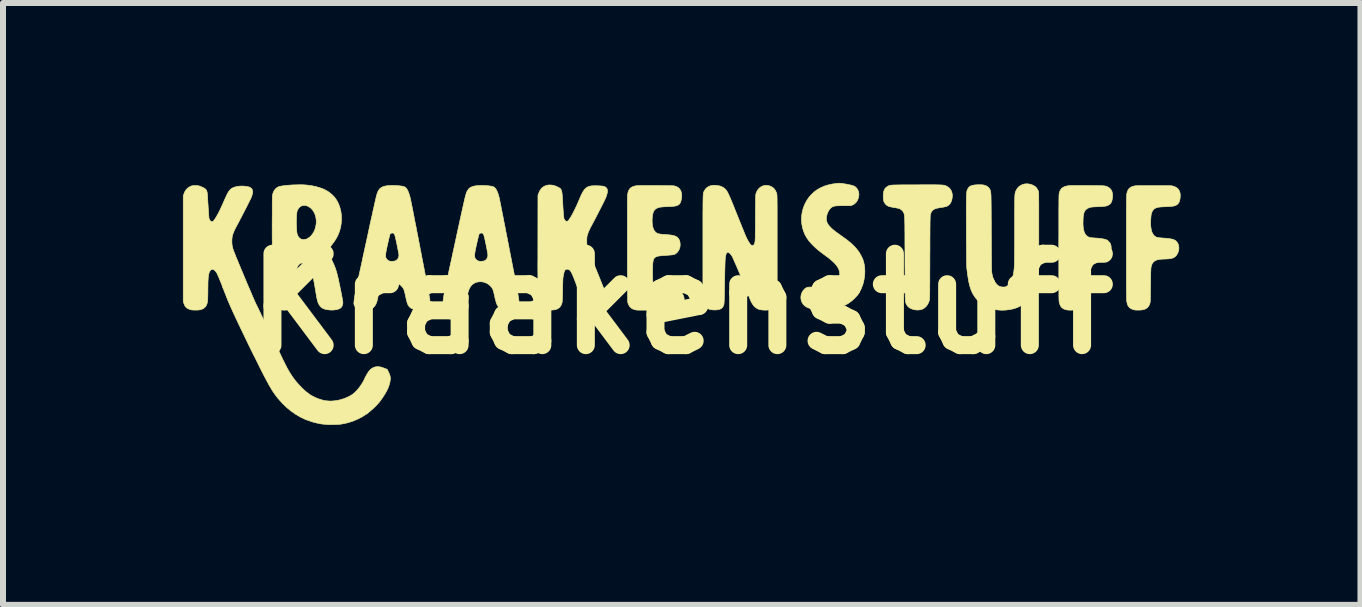
<source format=kicad_pcb>
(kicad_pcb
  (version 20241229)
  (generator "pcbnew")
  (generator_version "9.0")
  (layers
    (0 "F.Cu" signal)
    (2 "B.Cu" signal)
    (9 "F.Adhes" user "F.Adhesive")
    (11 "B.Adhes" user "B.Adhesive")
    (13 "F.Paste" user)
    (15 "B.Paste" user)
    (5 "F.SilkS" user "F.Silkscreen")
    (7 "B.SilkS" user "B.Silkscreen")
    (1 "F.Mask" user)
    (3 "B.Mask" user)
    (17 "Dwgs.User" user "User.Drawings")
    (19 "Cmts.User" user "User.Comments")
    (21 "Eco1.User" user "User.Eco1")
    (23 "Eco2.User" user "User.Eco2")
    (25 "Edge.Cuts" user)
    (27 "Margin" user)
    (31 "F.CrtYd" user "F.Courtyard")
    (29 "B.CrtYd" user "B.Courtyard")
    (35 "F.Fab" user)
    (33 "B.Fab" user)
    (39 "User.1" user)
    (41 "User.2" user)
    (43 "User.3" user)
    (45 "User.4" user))
  (footprint "Kraakenstuff"
    (layer "F.Cu")
    (at 8.314 2.015)
    (property "Reference" "Kraakenstuff" (at 0 0 0) (layer "F.SilkS") (effects (font (size 1.524 1.524) (thickness 0.3))))
    (attr through_hole)
    (fp_poly (pts (xy 2.653 -2.009) (xy 2.679 -2.005) (xy 2.709 -2.001) (xy 2.74 -1.996) (xy 2.771 -1.99) (xy 2.801 -1.984) (xy 2.828 -1.978) (xy 2.851 -1.972) (xy 2.868 -1.966) (xy 2.872 -1.964) (xy 2.9 -1.947) (xy 2.922 -1.924) (xy 2.939 -1.896) (xy 2.951 -1.865) (xy 2.956 -1.831) (xy 2.954 -1.794) (xy 2.953 -1.791) (xy 2.944 -1.754) (xy 2.929 -1.72) (xy 2.908 -1.69) (xy 2.882 -1.666) (xy 2.855 -1.65) (xy 2.828 -1.637) (xy 2.705 -1.636) (xy 2.664 -1.636) (xy 2.63 -1.635) (xy 2.603 -1.634) (xy 2.58 -1.633) (xy 2.562 -1.631) (xy 2.546 -1.628) (xy 2.533 -1.624) (xy 2.521 -1.62) (xy 2.512 -1.615) (xy 2.49 -1.6) (xy 2.469 -1.578) (xy 2.451 -1.551) (xy 2.436 -1.52) (xy 2.424 -1.487) (xy 2.416 -1.452) (xy 2.414 -1.432) (xy 2.414 -1.402) (xy 2.419 -1.374) (xy 2.428 -1.348) (xy 2.443 -1.322) (xy 2.465 -1.295) (xy 2.488 -1.27) (xy 2.5 -1.258) (xy 2.513 -1.247) (xy 2.526 -1.235) (xy 2.542 -1.223) (xy 2.56 -1.208) (xy 2.581 -1.192) (xy 2.607 -1.174) (xy 2.638 -1.151) (xy 2.674 -1.126) (xy 2.68 -1.121) (xy 2.732 -1.084) (xy 2.777 -1.049) (xy 2.817 -1.017) (xy 2.852 -0.985) (xy 2.883 -0.954) (xy 2.911 -0.923) (xy 2.937 -0.891) (xy 2.94 -0.887) (xy 2.963 -0.854) (xy 2.984 -0.818) (xy 3.004 -0.78) (xy 3.021 -0.743) (xy 3.03 -0.717) (xy 3.044 -0.66) (xy 3.053 -0.599) (xy 3.055 -0.535) (xy 3.052 -0.47) (xy 3.042 -0.405) (xy 3.027 -0.34) (xy 3.018 -0.311) (xy 2.993 -0.248) (xy 2.962 -0.189) (xy 2.924 -0.136) (xy 2.88 -0.087) (xy 2.83 -0.043) (xy 2.775 -0.004) (xy 2.714 0.03) (xy 2.648 0.057) (xy 2.603 0.072) (xy 2.559 0.083) (xy 2.511 0.093) (xy 2.463 0.099) (xy 2.425 0.102) (xy 2.404 0.102) (xy 2.384 0.103) (xy 2.368 0.104) (xy 2.358 0.104) (xy 2.357 0.104) (xy 2.347 0.105) (xy 2.332 0.104) (xy 2.314 0.103) (xy 2.304 0.103) (xy 2.261 0.099) (xy 2.219 0.093) (xy 2.175 0.085) (xy 2.158 0.081) (xy 2.115 0.069) (xy 2.08 0.053) (xy 2.05 0.032) (xy 2.026 0.007) (xy 2.007 -0.024) (xy 2.005 -0.027) (xy 1.993 -0.061) (xy 1.988 -0.098) (xy 1.99 -0.134) (xy 2 -0.171) (xy 2.009 -0.192) (xy 2.021 -0.213) (xy 2.037 -0.233) (xy 2.053 -0.25) (xy 2.067 -0.261) (xy 2.078 -0.267) (xy 2.089 -0.272) (xy 2.101 -0.275) (xy 2.114 -0.277) (xy 2.13 -0.279) (xy 2.149 -0.279) (xy 2.173 -0.278) (xy 2.202 -0.275) (xy 2.237 -0.272) (xy 2.278 -0.268) (xy 2.323 -0.264) (xy 2.362 -0.263) (xy 2.396 -0.263) (xy 2.426 -0.267) (xy 2.455 -0.272) (xy 2.483 -0.281) (xy 2.491 -0.284) (xy 2.529 -0.302) (xy 2.563 -0.326) (xy 2.591 -0.355) (xy 2.612 -0.387) (xy 2.627 -0.424) (xy 2.635 -0.463) (xy 2.637 -0.486) (xy 2.635 -0.52) (xy 2.628 -0.552) (xy 2.617 -0.584) (xy 2.599 -0.615) (xy 2.577 -0.646) (xy 2.548 -0.679) (xy 2.512 -0.713) (xy 2.47 -0.749) (xy 2.461 -0.756) (xy 2.447 -0.767) (xy 2.429 -0.781) (xy 2.408 -0.796) (xy 2.385 -0.813) (xy 2.373 -0.822) (xy 2.318 -0.863) (xy 2.269 -0.902) (xy 2.226 -0.94) (xy 2.187 -0.978) (xy 2.151 -1.016) (xy 2.128 -1.042) (xy 2.092 -1.092) (xy 2.06 -1.146) (xy 2.035 -1.205) (xy 2.016 -1.266) (xy 2.004 -1.329) (xy 1.998 -1.392) (xy 2 -1.455) (xy 2 -1.457) (xy 2.01 -1.526) (xy 2.027 -1.592) (xy 2.051 -1.655) (xy 2.081 -1.713) (xy 2.117 -1.768) (xy 2.159 -1.817) (xy 2.206 -1.862) (xy 2.258 -1.901) (xy 2.316 -1.934) (xy 2.378 -1.961) (xy 2.397 -1.968) (xy 2.449 -1.983) (xy 2.508 -1.996) (xy 2.571 -2.005) (xy 2.615 -2.01) (xy 2.631 -2.01) (xy 2.653 -2.009)) (stroke (width 0.01) (type solid)) (fill yes) (layer "F.SilkS"))
    (fp_poly (pts (xy 4.194 -1.984) (xy 4.231 -1.984) (xy 4.263 -1.983) (xy 4.29 -1.983) (xy 4.313 -1.982) (xy 4.332 -1.981) (xy 4.349 -1.98) (xy 4.362 -1.978) (xy 4.374 -1.977) (xy 4.383 -1.975) (xy 4.392 -1.972) (xy 4.399 -1.969) (xy 4.407 -1.966) (xy 4.415 -1.963) (xy 4.421 -1.96) (xy 4.451 -1.941) (xy 4.475 -1.918) (xy 4.493 -1.89) (xy 4.506 -1.857) (xy 4.513 -1.822) (xy 4.513 -1.783) (xy 4.507 -1.743) (xy 4.5 -1.719) (xy 4.487 -1.686) (xy 4.469 -1.66) (xy 4.446 -1.64) (xy 4.427 -1.629) (xy 4.419 -1.625) (xy 4.411 -1.622) (xy 4.402 -1.619) (xy 4.39 -1.617) (xy 4.375 -1.614) (xy 4.356 -1.61) (xy 4.331 -1.606) (xy 4.303 -1.602) (xy 4.266 -1.595) (xy 4.236 -1.587) (xy 4.212 -1.577) (xy 4.193 -1.564) (xy 4.177 -1.549) (xy 4.165 -1.53) (xy 4.161 -1.524) (xy 4.159 -1.519) (xy 4.157 -1.515) (xy 4.155 -1.511) (xy 4.153 -1.507) (xy 4.151 -1.502) (xy 4.15 -1.496) (xy 4.148 -1.488) (xy 4.147 -1.479) (xy 4.146 -1.468) (xy 4.145 -1.455) (xy 4.144 -1.438) (xy 4.144 -1.419) (xy 4.143 -1.396) (xy 4.142 -1.369) (xy 4.142 -1.338) (xy 4.142 -1.303) (xy 4.141 -1.262) (xy 4.141 -1.216) (xy 4.141 -1.165) (xy 4.14 -1.107) (xy 4.14 -1.044) (xy 4.14 -0.973) (xy 4.14 -0.895) (xy 4.139 -0.81) (xy 4.139 -0.778) (xy 4.139 -0.69) (xy 4.139 -0.61) (xy 4.138 -0.537) (xy 4.138 -0.471) (xy 4.138 -0.412) (xy 4.138 -0.359) (xy 4.137 -0.311) (xy 4.137 -0.269) (xy 4.137 -0.232) (xy 4.137 -0.2) (xy 4.136 -0.172) (xy 4.136 -0.148) (xy 4.135 -0.128) (xy 4.135 -0.111) (xy 4.134 -0.098) (xy 4.134 -0.086) (xy 4.133 -0.077) (xy 4.133 -0.07) (xy 4.132 -0.064) (xy 4.131 -0.06) (xy 4.13 -0.056) (xy 4.13 -0.056) (xy 4.116 -0.017) (xy 4.097 0.018) (xy 4.073 0.048) (xy 4.045 0.072) (xy 4.014 0.09) (xy 4.004 0.093) (xy 3.983 0.099) (xy 3.957 0.102) (xy 3.93 0.104) (xy 3.906 0.102) (xy 3.88 0.098) (xy 3.851 0.09) (xy 3.825 0.08) (xy 3.813 0.075) (xy 3.793 0.062) (xy 3.774 0.045) (xy 3.758 0.026) (xy 3.749 0.01) (xy 3.746 0.005) (xy 3.743 -0.000461) (xy 3.741 -0.005) (xy 3.739 -0.011) (xy 3.737 -0.017) (xy 3.735 -0.023) (xy 3.733 -0.031) (xy 3.732 -0.041) (xy 3.731 -0.053) (xy 3.73 -0.067) (xy 3.729 -0.084) (xy 3.728 -0.104) (xy 3.727 -0.128) (xy 3.727 -0.155) (xy 3.726 -0.187) (xy 3.726 -0.223) (xy 3.726 -0.264) (xy 3.725 -0.311) (xy 3.725 -0.363) (xy 3.725 -0.421) (xy 3.725 -0.485) (xy 3.725 -0.557) (xy 3.724 -0.635) (xy 3.724 -0.721) (xy 3.724 -0.744) (xy 3.724 -0.834) (xy 3.724 -0.915) (xy 3.723 -0.99) (xy 3.723 -1.058) (xy 3.723 -1.119) (xy 3.723 -1.174) (xy 3.722 -1.224) (xy 3.722 -1.267) (xy 3.722 -1.306) (xy 3.721 -1.34) (xy 3.72 -1.37) (xy 3.72 -1.396) (xy 3.719 -1.418) (xy 3.718 -1.437) (xy 3.717 -1.453) (xy 3.716 -1.466) (xy 3.714 -1.477) (xy 3.713 -1.487) (xy 3.711 -1.495) (xy 3.709 -1.501) (xy 3.707 -1.507) (xy 3.705 -1.513) (xy 3.703 -1.518) (xy 3.701 -1.522) (xy 3.687 -1.544) (xy 3.667 -1.564) (xy 3.645 -1.58) (xy 3.63 -1.587) (xy 3.619 -1.59) (xy 3.601 -1.594) (xy 3.58 -1.599) (xy 3.557 -1.603) (xy 3.542 -1.605) (xy 3.519 -1.609) (xy 3.496 -1.614) (xy 3.476 -1.618) (xy 3.461 -1.622) (xy 3.455 -1.623) (xy 3.425 -1.639) (xy 3.401 -1.659) (xy 3.382 -1.685) (xy 3.371 -1.709) (xy 3.367 -1.727) (xy 3.364 -1.75) (xy 3.362 -1.778) (xy 3.362 -1.806) (xy 3.364 -1.833) (xy 3.365 -1.844) (xy 3.371 -1.877) (xy 3.381 -1.903) (xy 3.394 -1.925) (xy 3.412 -1.943) (xy 3.428 -1.954) (xy 3.436 -1.958) (xy 3.442 -1.962) (xy 3.449 -1.966) (xy 3.455 -1.969) (xy 3.462 -1.971) (xy 3.471 -1.974) (xy 3.481 -1.976) (xy 3.493 -1.977) (xy 3.508 -1.979) (xy 3.525 -1.98) (xy 3.547 -1.981) (xy 3.572 -1.981) (xy 3.602 -1.982) (xy 3.637 -1.982) (xy 3.677 -1.983) (xy 3.723 -1.983) (xy 3.776 -1.983) (xy 3.836 -1.983) (xy 3.902 -1.983) (xy 3.917 -1.983) (xy 3.986 -1.984) (xy 4.048 -1.984) (xy 4.103 -1.984) (xy 4.152 -1.984) (xy 4.194 -1.984)) (stroke (width 0.01) (type solid)) (fill yes) (layer "F.SilkS"))
    (fp_poly (pts (xy 7.926 -1.97) (xy 7.975 -1.97) (xy 8.016 -1.97) (xy 8.052 -1.97) (xy 8.082 -1.97) (xy 8.107 -1.97) (xy 8.127 -1.969) (xy 8.144 -1.969) (xy 8.157 -1.968) (xy 8.168 -1.967) (xy 8.176 -1.967) (xy 8.183 -1.965) (xy 8.188 -1.964) (xy 8.191 -1.963) (xy 8.228 -1.95) (xy 8.258 -1.933) (xy 8.281 -1.911) (xy 8.298 -1.884) (xy 8.309 -1.852) (xy 8.314 -1.816) (xy 8.312 -1.774) (xy 8.311 -1.76) (xy 8.305 -1.727) (xy 8.297 -1.701) (xy 8.286 -1.68) (xy 8.272 -1.664) (xy 8.259 -1.653) (xy 8.247 -1.645) (xy 8.234 -1.639) (xy 8.22 -1.634) (xy 8.203 -1.63) (xy 8.183 -1.626) (xy 8.158 -1.624) (xy 8.127 -1.622) (xy 8.09 -1.62) (xy 8.07 -1.619) (xy 8.028 -1.617) (xy 7.993 -1.615) (xy 7.964 -1.612) (xy 7.94 -1.608) (xy 7.921 -1.603) (xy 7.904 -1.596) (xy 7.889 -1.588) (xy 7.876 -1.579) (xy 7.872 -1.575) (xy 7.858 -1.559) (xy 7.845 -1.537) (xy 7.835 -1.512) (xy 7.832 -1.502) (xy 7.83 -1.492) (xy 7.827 -1.475) (xy 7.825 -1.454) (xy 7.823 -1.43) (xy 7.822 -1.414) (xy 7.819 -1.354) (xy 7.821 -1.3) (xy 7.827 -1.252) (xy 7.836 -1.211) (xy 7.85 -1.176) (xy 7.868 -1.148) (xy 7.889 -1.127) (xy 7.909 -1.115) (xy 7.919 -1.111) (xy 7.93 -1.107) (xy 7.944 -1.104) (xy 7.961 -1.102) (xy 7.983 -1.1) (xy 8.011 -1.097) (xy 8.043 -1.095) (xy 8.081 -1.092) (xy 8.118 -1.088) (xy 8.151 -1.083) (xy 8.178 -1.078) (xy 8.2 -1.072) (xy 8.207 -1.069) (xy 8.235 -1.054) (xy 8.257 -1.032) (xy 8.274 -1.006) (xy 8.286 -0.975) (xy 8.29 -0.94) (xy 8.291 -0.931) (xy 8.288 -0.894) (xy 8.278 -0.86) (xy 8.264 -0.829) (xy 8.244 -0.801) (xy 8.221 -0.78) (xy 8.201 -0.768) (xy 8.182 -0.761) (xy 8.157 -0.755) (xy 8.126 -0.75) (xy 8.092 -0.748) (xy 8.055 -0.746) (xy 8.051 -0.746) (xy 8.016 -0.745) (xy 7.982 -0.742) (xy 7.951 -0.737) (xy 7.925 -0.731) (xy 7.906 -0.724) (xy 7.881 -0.709) (xy 7.86 -0.69) (xy 7.845 -0.666) (xy 7.833 -0.636) (xy 7.828 -0.615) (xy 7.827 -0.607) (xy 7.825 -0.598) (xy 7.824 -0.588) (xy 7.824 -0.575) (xy 7.823 -0.559) (xy 7.822 -0.539) (xy 7.821 -0.515) (xy 7.821 -0.486) (xy 7.82 -0.452) (xy 7.82 -0.411) (xy 7.819 -0.364) (xy 7.818 -0.31) (xy 7.818 -0.31) (xy 7.818 -0.254) (xy 7.817 -0.206) (xy 7.817 -0.165) (xy 7.816 -0.13) (xy 7.815 -0.101) (xy 7.815 -0.077) (xy 7.814 -0.058) (xy 7.813 -0.042) (xy 7.812 -0.031) (xy 7.811 -0.022) (xy 7.81 -0.016) (xy 7.81 -0.016) (xy 7.798 0.019) (xy 7.781 0.047) (xy 7.76 0.069) (xy 7.733 0.086) (xy 7.7 0.097) (xy 7.685 0.1) (xy 7.663 0.103) (xy 7.638 0.105) (xy 7.612 0.105) (xy 7.588 0.105) (xy 7.567 0.104) (xy 7.556 0.103) (xy 7.521 0.094) (xy 7.49 0.08) (xy 7.465 0.061) (xy 7.446 0.038) (xy 7.44 0.026) (xy 7.435 0.013) (xy 7.429 -0.005) (xy 7.424 -0.025) (xy 7.423 -0.032) (xy 7.422 -0.036) (xy 7.421 -0.041) (xy 7.421 -0.047) (xy 7.42 -0.054) (xy 7.419 -0.062) (xy 7.419 -0.072) (xy 7.418 -0.084) (xy 7.418 -0.099) (xy 7.418 -0.116) (xy 7.417 -0.136) (xy 7.417 -0.16) (xy 7.417 -0.187) (xy 7.416 -0.218) (xy 7.416 -0.254) (xy 7.416 -0.294) (xy 7.416 -0.339) (xy 7.416 -0.39) (xy 7.416 -0.446) (xy 7.416 -0.508) (xy 7.416 -0.576) (xy 7.416 -0.651) (xy 7.416 -0.733) (xy 7.416 -0.822) (xy 7.416 -0.919) (xy 7.416 -0.935) (xy 7.416 -1.035) (xy 7.416 -1.128) (xy 7.416 -1.213) (xy 7.416 -1.291) (xy 7.416 -1.363) (xy 7.416 -1.428) (xy 7.416 -1.487) (xy 7.416 -1.54) (xy 7.416 -1.587) (xy 7.417 -1.63) (xy 7.417 -1.667) (xy 7.417 -1.7) (xy 7.417 -1.728) (xy 7.418 -1.752) (xy 7.418 -1.772) (xy 7.419 -1.789) (xy 7.419 -1.803) (xy 7.42 -1.813) (xy 7.42 -1.821) (xy 7.421 -1.827) (xy 7.421 -1.83) (xy 7.43 -1.866) (xy 7.442 -1.895) (xy 7.458 -1.919) (xy 7.479 -1.938) (xy 7.506 -1.952) (xy 7.538 -1.962) (xy 7.543 -1.963) (xy 7.549 -1.965) (xy 7.556 -1.966) (xy 7.564 -1.967) (xy 7.573 -1.968) (xy 7.585 -1.968) (xy 7.599 -1.969) (xy 7.617 -1.969) (xy 7.639 -1.97) (xy 7.666 -1.97) (xy 7.697 -1.97) (xy 7.734 -1.97) (xy 7.778 -1.97) (xy 7.829 -1.97) (xy 7.87 -1.97) (xy 7.926 -1.97)) (stroke (width 0.01) (type solid)) (fill yes) (layer "F.SilkS"))
    (fp_poly (pts (xy 6.654 -1.972) (xy 6.702 -1.972) (xy 6.758 -1.972) (xy 6.761 -1.972) (xy 6.817 -1.971) (xy 6.866 -1.971) (xy 6.908 -1.971) (xy 6.944 -1.97) (xy 6.974 -1.97) (xy 7 -1.969) (xy 7.021 -1.968) (xy 7.038 -1.967) (xy 7.053 -1.965) (xy 7.064 -1.963) (xy 7.074 -1.961) (xy 7.083 -1.958) (xy 7.091 -1.955) (xy 7.099 -1.951) (xy 7.108 -1.947) (xy 7.113 -1.944) (xy 7.139 -1.926) (xy 7.16 -1.902) (xy 7.175 -1.873) (xy 7.183 -1.84) (xy 7.186 -1.801) (xy 7.182 -1.759) (xy 7.176 -1.725) (xy 7.167 -1.698) (xy 7.154 -1.677) (xy 7.138 -1.66) (xy 7.117 -1.646) (xy 7.108 -1.641) (xy 7.096 -1.636) (xy 7.084 -1.632) (xy 7.07 -1.629) (xy 7.055 -1.626) (xy 7.035 -1.624) (xy 7.011 -1.622) (xy 6.982 -1.621) (xy 6.946 -1.619) (xy 6.918 -1.618) (xy 6.89 -1.617) (xy 6.866 -1.615) (xy 6.845 -1.613) (xy 6.83 -1.612) (xy 6.825 -1.611) (xy 6.791 -1.601) (xy 6.761 -1.586) (xy 6.737 -1.567) (xy 6.719 -1.542) (xy 6.712 -1.526) (xy 6.706 -1.51) (xy 6.702 -1.493) (xy 6.699 -1.473) (xy 6.696 -1.449) (xy 6.694 -1.42) (xy 6.693 -1.384) (xy 6.693 -1.379) (xy 6.692 -1.324) (xy 6.696 -1.275) (xy 6.702 -1.234) (xy 6.712 -1.198) (xy 6.726 -1.169) (xy 6.742 -1.146) (xy 6.756 -1.132) (xy 6.77 -1.122) (xy 6.785 -1.113) (xy 6.803 -1.107) (xy 6.825 -1.103) (xy 6.852 -1.1) (xy 6.885 -1.097) (xy 6.89 -1.097) (xy 6.936 -1.094) (xy 6.978 -1.09) (xy 7.016 -1.084) (xy 7.048 -1.078) (xy 7.065 -1.073) (xy 7.082 -1.067) (xy 7.096 -1.061) (xy 7.107 -1.052) (xy 7.12 -1.04) (xy 7.139 -1.018) (xy 7.152 -0.994) (xy 7.16 -0.965) (xy 7.162 -0.941) (xy 7.161 -0.904) (xy 7.154 -0.869) (xy 7.139 -0.835) (xy 7.12 -0.806) (xy 7.11 -0.796) (xy 7.098 -0.784) (xy 7.086 -0.775) (xy 7.073 -0.767) (xy 7.059 -0.761) (xy 7.041 -0.757) (xy 7.02 -0.753) (xy 6.993 -0.75) (xy 6.961 -0.748) (xy 6.923 -0.746) (xy 6.882 -0.744) (xy 6.848 -0.741) (xy 6.82 -0.737) (xy 6.797 -0.731) (xy 6.778 -0.724) (xy 6.762 -0.716) (xy 6.747 -0.706) (xy 6.74 -0.698) (xy 6.729 -0.685) (xy 6.719 -0.67) (xy 6.715 -0.664) (xy 6.711 -0.656) (xy 6.708 -0.648) (xy 6.705 -0.639) (xy 6.703 -0.63) (xy 6.701 -0.619) (xy 6.699 -0.607) (xy 6.697 -0.591) (xy 6.696 -0.573) (xy 6.695 -0.55) (xy 6.694 -0.523) (xy 6.694 -0.491) (xy 6.693 -0.453) (xy 6.692 -0.408) (xy 6.692 -0.357) (xy 6.691 -0.318) (xy 6.691 -0.261) (xy 6.69 -0.212) (xy 6.69 -0.17) (xy 6.689 -0.134) (xy 6.688 -0.104) (xy 6.687 -0.078) (xy 6.686 -0.057) (xy 6.685 -0.04) (xy 6.683 -0.025) (xy 6.681 -0.013) (xy 6.679 -0.004) (xy 6.676 0.005) (xy 6.673 0.013) (xy 6.669 0.021) (xy 6.665 0.029) (xy 6.665 0.029) (xy 6.649 0.05) (xy 6.629 0.07) (xy 6.607 0.085) (xy 6.594 0.091) (xy 6.569 0.098) (xy 6.539 0.103) (xy 6.506 0.106) (xy 6.473 0.106) (xy 6.441 0.104) (xy 6.431 0.103) (xy 6.395 0.095) (xy 6.365 0.083) (xy 6.34 0.065) (xy 6.321 0.042) (xy 6.307 0.013) (xy 6.297 -0.023) (xy 6.295 -0.029) (xy 6.295 -0.033) (xy 6.294 -0.038) (xy 6.293 -0.044) (xy 6.293 -0.051) (xy 6.292 -0.06) (xy 6.292 -0.071) (xy 6.291 -0.084) (xy 6.291 -0.099) (xy 6.29 -0.117) (xy 6.29 -0.138) (xy 6.29 -0.163) (xy 6.29 -0.192) (xy 6.289 -0.224) (xy 6.289 -0.261) (xy 6.289 -0.303) (xy 6.289 -0.35) (xy 6.289 -0.402) (xy 6.289 -0.46) (xy 6.289 -0.524) (xy 6.289 -0.595) (xy 6.289 -0.672) (xy 6.288 -0.756) (xy 6.288 -0.848) (xy 6.288 -0.937) (xy 6.288 -1.038) (xy 6.289 -1.132) (xy 6.289 -1.219) (xy 6.289 -1.298) (xy 6.289 -1.371) (xy 6.289 -1.437) (xy 6.289 -1.497) (xy 6.289 -1.551) (xy 6.289 -1.599) (xy 6.29 -1.642) (xy 6.29 -1.68) (xy 6.29 -1.713) (xy 6.29 -1.741) (xy 6.291 -1.765) (xy 6.291 -1.785) (xy 6.292 -1.802) (xy 6.292 -1.815) (xy 6.293 -1.824) (xy 6.293 -1.831) (xy 6.294 -1.836) (xy 6.303 -1.871) (xy 6.317 -1.9) (xy 6.335 -1.924) (xy 6.36 -1.942) (xy 6.39 -1.956) (xy 6.426 -1.965) (xy 6.437 -1.967) (xy 6.447 -1.968) (xy 6.457 -1.969) (xy 6.469 -1.97) (xy 6.483 -1.971) (xy 6.501 -1.971) (xy 6.522 -1.972) (xy 6.547 -1.972) (xy 6.577 -1.972) (xy 6.613 -1.972) (xy 6.654 -1.972)) (stroke (width 0.01) (type solid)) (fill yes) (layer "F.SilkS"))
    (fp_poly (pts (xy -3.29 -1.972) (xy -3.252 -1.97) (xy -3.218 -1.967) (xy -3.19 -1.963) (xy -3.168 -1.96) (xy -3.15 -1.955) (xy -3.136 -1.95) (xy -3.124 -1.943) (xy -3.114 -1.934) (xy -3.109 -1.93) (xy -3.094 -1.911) (xy -3.08 -1.884) (xy -3.066 -1.852) (xy -3.053 -1.813) (xy -3.044 -1.781) (xy -3.042 -1.774) (xy -3.039 -1.759) (xy -3.035 -1.738) (xy -3.029 -1.71) (xy -3.022 -1.675) (xy -3.014 -1.635) (xy -3.005 -1.589) (xy -2.995 -1.538) (xy -2.984 -1.483) (xy -2.972 -1.422) (xy -2.96 -1.358) (xy -2.946 -1.291) (xy -2.933 -1.22) (xy -2.918 -1.146) (xy -2.903 -1.07) (xy -2.888 -0.992) (xy -2.877 -0.935) (xy -2.858 -0.836) (xy -2.84 -0.746) (xy -2.824 -0.662) (xy -2.809 -0.585) (xy -2.795 -0.515) (xy -2.783 -0.451) (xy -2.772 -0.393) (xy -2.762 -0.34) (xy -2.753 -0.293) (xy -2.745 -0.251) (xy -2.738 -0.213) (xy -2.732 -0.18) (xy -2.727 -0.15) (xy -2.723 -0.125) (xy -2.719 -0.103) (xy -2.717 -0.083) (xy -2.714 -0.067) (xy -2.713 -0.053) (xy -2.712 -0.041) (xy -2.711 -0.031) (xy -2.711 -0.022) (xy -2.712 -0.015) (xy -2.712 -0.008) (xy -2.713 -0.002) (xy -2.714 0.004) (xy -2.714 0.005) (xy -2.724 0.033) (xy -2.74 0.057) (xy -2.762 0.075) (xy -2.791 0.089) (xy -2.806 0.094) (xy -2.825 0.098) (xy -2.849 0.1) (xy -2.877 0.101) (xy -2.907 0.1) (xy -2.935 0.099) (xy -2.961 0.095) (xy -2.97 0.094) (xy -2.995 0.088) (xy -3.017 0.079) (xy -3.035 0.069) (xy -3.051 0.054) (xy -3.065 0.036) (xy -3.078 0.013) (xy -3.089 -0.015) (xy -3.099 -0.05) (xy -3.11 -0.091) (xy -3.115 -0.117) (xy -3.123 -0.152) (xy -3.13 -0.181) (xy -3.136 -0.205) (xy -3.141 -0.223) (xy -3.147 -0.238) (xy -3.153 -0.251) (xy -3.159 -0.262) (xy -3.167 -0.273) (xy -3.171 -0.279) (xy -3.2 -0.308) (xy -3.231 -0.332) (xy -3.266 -0.35) (xy -3.303 -0.362) (xy -3.34 -0.368) (xy -3.377 -0.367) (xy -3.414 -0.361) (xy -3.448 -0.348) (xy -3.48 -0.328) (xy -3.497 -0.313) (xy -3.514 -0.294) (xy -3.529 -0.27) (xy -3.543 -0.243) (xy -3.555 -0.209) (xy -3.566 -0.17) (xy -3.576 -0.125) (xy -3.584 -0.084) (xy -3.593 -0.05) (xy -3.601 -0.022) (xy -3.61 0.001) (xy -3.62 0.02) (xy -3.631 0.037) (xy -3.643 0.051) (xy -3.645 0.053) (xy -3.673 0.075) (xy -3.705 0.091) (xy -3.742 0.102) (xy -3.783 0.106) (xy -3.828 0.105) (xy -3.859 0.101) (xy -3.888 0.095) (xy -3.91 0.088) (xy -3.928 0.079) (xy -3.944 0.066) (xy -3.944 0.066) (xy -3.958 0.051) (xy -3.968 0.037) (xy -3.975 0.02) (xy -3.978 0.001) (xy -3.979 -0.023) (xy -3.976 -0.053) (xy -3.975 -0.064) (xy -3.973 -0.077) (xy -3.971 -0.089) (xy -3.97 -0.103) (xy -3.967 -0.117) (xy -3.965 -0.132) (xy -3.962 -0.149) (xy -3.958 -0.168) (xy -3.954 -0.19) (xy -3.949 -0.214) (xy -3.943 -0.242) (xy -3.937 -0.274) (xy -3.929 -0.31) (xy -3.921 -0.35) (xy -3.911 -0.396) (xy -3.9 -0.446) (xy -3.888 -0.503) (xy -3.875 -0.565) (xy -3.86 -0.634) (xy -3.843 -0.71) (xy -3.825 -0.792) (xy -3.822 -0.81) (xy -3.451 -0.81) (xy -3.451 -0.79) (xy -3.448 -0.774) (xy -3.443 -0.761) (xy -3.435 -0.748) (xy -3.428 -0.74) (xy -3.408 -0.723) (xy -3.386 -0.713) (xy -3.36 -0.708) (xy -3.338 -0.708) (xy -3.321 -0.71) (xy -3.304 -0.712) (xy -3.293 -0.715) (xy -3.273 -0.724) (xy -3.255 -0.74) (xy -3.242 -0.761) (xy -3.233 -0.785) (xy -3.23 -0.811) (xy -3.23 -0.811) (xy -3.231 -0.822) (xy -3.233 -0.839) (xy -3.237 -0.862) (xy -3.242 -0.889) (xy -3.248 -0.92) (xy -3.254 -0.953) (xy -3.261 -0.987) (xy -3.268 -1.021) (xy -3.275 -1.054) (xy -3.282 -1.085) (xy -3.286 -1.103) (xy -3.293 -1.13) (xy -3.3 -1.15) (xy -3.307 -1.164) (xy -3.314 -1.174) (xy -3.324 -1.179) (xy -3.335 -1.18) (xy -3.339 -1.18) (xy -3.358 -1.177) (xy -3.372 -1.167) (xy -3.378 -1.158) (xy -3.379 -1.153) (xy -3.383 -1.141) (xy -3.387 -1.123) (xy -3.392 -1.101) (xy -3.399 -1.076) (xy -3.405 -1.049) (xy -3.412 -1.02) (xy -3.418 -0.992) (xy -3.424 -0.965) (xy -3.43 -0.94) (xy -3.434 -0.919) (xy -3.438 -0.902) (xy -3.438 -0.899) (xy -3.445 -0.863) (xy -3.449 -0.834) (xy -3.451 -0.81) (xy -3.822 -0.81) (xy -3.802 -0.898) (xy -3.781 -0.997) (xy -3.761 -1.089) (xy -3.743 -1.174) (xy -3.726 -1.252) (xy -3.71 -1.324) (xy -3.696 -1.389) (xy -3.683 -1.449) (xy -3.671 -1.504) (xy -3.66 -1.553) (xy -3.65 -1.598) (xy -3.641 -1.638) (xy -3.633 -1.673) (xy -3.626 -1.705) (xy -3.619 -1.732) (xy -3.614 -1.756) (xy -3.609 -1.777) (xy -3.604 -1.795) (xy -3.6 -1.811) (xy -3.596 -1.824) (xy -3.593 -1.835) (xy -3.59 -1.844) (xy -3.588 -1.852) (xy -3.585 -1.858) (xy -3.583 -1.864) (xy -3.58 -1.869) (xy -3.578 -1.874) (xy -3.575 -1.878) (xy -3.572 -1.883) (xy -3.57 -1.887) (xy -3.555 -1.91) (xy -3.539 -1.927) (xy -3.518 -1.941) (xy -3.492 -1.953) (xy -3.466 -1.961) (xy -3.44 -1.966) (xy -3.408 -1.97) (xy -3.372 -1.972) (xy -3.332 -1.973) (xy -3.29 -1.972)) (stroke (width 0.01) (type solid)) (fill yes) (layer "F.SilkS"))
    (fp_poly (pts (xy -0.561 -1.972) (xy -0.515 -1.972) (xy -0.461 -1.972) (xy -0.431 -1.972) (xy -0.374 -1.971) (xy -0.324 -1.971) (xy -0.281 -1.971) (xy -0.244 -1.97) (xy -0.213 -1.97) (xy -0.187 -1.969) (xy -0.165 -1.969) (xy -0.147 -1.968) (xy -0.133 -1.967) (xy -0.121 -1.965) (xy -0.111 -1.963) (xy -0.103 -1.961) (xy -0.095 -1.958) (xy -0.089 -1.955) (xy -0.081 -1.952) (xy -0.074 -1.948) (xy -0.048 -1.931) (xy -0.028 -1.908) (xy -0.012 -1.88) (xy -0.002 -1.847) (xy 0.002 -1.811) (xy 0.001 -1.772) (xy -0.007 -1.73) (xy -0.012 -1.711) (xy -0.021 -1.687) (xy -0.031 -1.669) (xy -0.045 -1.655) (xy -0.063 -1.644) (xy -0.064 -1.643) (xy -0.076 -1.638) (xy -0.088 -1.634) (xy -0.103 -1.631) (xy -0.12 -1.628) (xy -0.141 -1.625) (xy -0.167 -1.623) (xy -0.198 -1.621) (xy -0.237 -1.62) (xy -0.244 -1.619) (xy -0.282 -1.618) (xy -0.313 -1.616) (xy -0.338 -1.613) (xy -0.358 -1.611) (xy -0.376 -1.607) (xy -0.39 -1.603) (xy -0.404 -1.597) (xy -0.418 -1.59) (xy -0.421 -1.589) (xy -0.441 -1.575) (xy -0.457 -1.557) (xy -0.47 -1.534) (xy -0.479 -1.504) (xy -0.486 -1.469) (xy -0.488 -1.449) (xy -0.492 -1.393) (xy -0.49 -1.343) (xy -0.485 -1.298) (xy -0.474 -1.259) (xy -0.46 -1.227) (xy -0.442 -1.203) (xy -0.431 -1.191) (xy -0.418 -1.182) (xy -0.404 -1.174) (xy -0.387 -1.169) (xy -0.367 -1.164) (xy -0.341 -1.16) (xy -0.309 -1.157) (xy -0.274 -1.155) (xy -0.225 -1.151) (xy -0.184 -1.147) (xy -0.15 -1.141) (xy -0.121 -1.134) (xy -0.097 -1.125) (xy -0.078 -1.113) (xy -0.062 -1.099) (xy -0.049 -1.082) (xy -0.038 -1.063) (xy -0.035 -1.058) (xy -0.03 -1.04) (xy -0.026 -1.017) (xy -0.024 -0.991) (xy -0.025 -0.967) (xy -0.027 -0.945) (xy -0.028 -0.944) (xy -0.039 -0.91) (xy -0.055 -0.88) (xy -0.075 -0.855) (xy -0.099 -0.835) (xy -0.114 -0.827) (xy -0.121 -0.823) (xy -0.129 -0.821) (xy -0.139 -0.819) (xy -0.151 -0.817) (xy -0.167 -0.815) (xy -0.187 -0.813) (xy -0.214 -0.811) (xy -0.236 -0.809) (xy -0.277 -0.806) (xy -0.31 -0.804) (xy -0.338 -0.801) (xy -0.36 -0.799) (xy -0.378 -0.797) (xy -0.393 -0.794) (xy -0.404 -0.791) (xy -0.414 -0.788) (xy -0.423 -0.784) (xy -0.429 -0.782) (xy -0.441 -0.774) (xy -0.451 -0.766) (xy -0.46 -0.755) (xy -0.467 -0.741) (xy -0.472 -0.723) (xy -0.477 -0.702) (xy -0.48 -0.675) (xy -0.482 -0.643) (xy -0.483 -0.605) (xy -0.484 -0.559) (xy -0.484 -0.53) (xy -0.484 -0.483) (xy -0.483 -0.444) (xy -0.482 -0.411) (xy -0.48 -0.383) (xy -0.478 -0.361) (xy -0.474 -0.343) (xy -0.47 -0.329) (xy -0.466 -0.319) (xy -0.46 -0.307) (xy -0.452 -0.297) (xy -0.443 -0.289) (xy -0.431 -0.282) (xy -0.415 -0.276) (xy -0.396 -0.271) (xy -0.373 -0.267) (xy -0.345 -0.264) (xy -0.311 -0.261) (xy -0.27 -0.259) (xy -0.223 -0.257) (xy -0.194 -0.256) (xy -0.169 -0.255) (xy -0.144 -0.253) (xy -0.122 -0.251) (xy -0.106 -0.249) (xy -0.098 -0.248) (xy -0.062 -0.235) (xy -0.031 -0.216) (xy -0.004 -0.191) (xy 0.017 -0.162) (xy 0.033 -0.128) (xy 0.041 -0.098) (xy 0.043 -0.064) (xy 0.038 -0.029) (xy 0.027 0.004) (xy 0.01 0.035) (xy -0.012 0.061) (xy -0.014 0.063) (xy -0.038 0.081) (xy -0.065 0.093) (xy -0.097 0.101) (xy -0.109 0.103) (xy -0.116 0.104) (xy -0.131 0.104) (xy -0.152 0.105) (xy -0.179 0.105) (xy -0.211 0.105) (xy -0.246 0.106) (xy -0.285 0.106) (xy -0.327 0.106) (xy -0.37 0.106) (xy -0.414 0.106) (xy -0.459 0.106) (xy -0.503 0.106) (xy -0.545 0.106) (xy -0.586 0.106) (xy -0.623 0.106) (xy -0.657 0.106) (xy -0.687 0.106) (xy -0.711 0.106) (xy -0.729 0.105) (xy -0.741 0.105) (xy -0.744 0.105) (xy -0.783 0.098) (xy -0.816 0.086) (xy -0.843 0.069) (xy -0.865 0.047) (xy -0.882 0.019) (xy -0.896 -0.016) (xy -0.896 -0.017) (xy -0.897 -0.02) (xy -0.898 -0.024) (xy -0.898 -0.029) (xy -0.899 -0.035) (xy -0.899 -0.044) (xy -0.9 -0.055) (xy -0.9 -0.069) (xy -0.901 -0.085) (xy -0.901 -0.105) (xy -0.901 -0.128) (xy -0.902 -0.155) (xy -0.902 -0.186) (xy -0.902 -0.221) (xy -0.902 -0.261) (xy -0.903 -0.306) (xy -0.903 -0.357) (xy -0.903 -0.413) (xy -0.903 -0.475) (xy -0.903 -0.544) (xy -0.904 -0.619) (xy -0.904 -0.701) (xy -0.904 -0.791) (xy -0.904 -0.888) (xy -0.904 -0.911) (xy -0.904 -1.016) (xy -0.904 -1.114) (xy -0.904 -1.204) (xy -0.904 -1.287) (xy -0.904 -1.363) (xy -0.904 -1.432) (xy -0.904 -1.495) (xy -0.904 -1.551) (xy -0.904 -1.602) (xy -0.904 -1.646) (xy -0.904 -1.685) (xy -0.903 -1.719) (xy -0.903 -1.747) (xy -0.903 -1.77) (xy -0.902 -1.789) (xy -0.902 -1.804) (xy -0.901 -1.814) (xy -0.901 -1.82) (xy -0.893 -1.858) (xy -0.882 -1.89) (xy -0.866 -1.916) (xy -0.845 -1.936) (xy -0.818 -1.951) (xy -0.786 -1.962) (xy -0.765 -1.967) (xy -0.757 -1.968) (xy -0.748 -1.969) (xy -0.737 -1.97) (xy -0.724 -1.97) (xy -0.708 -1.971) (xy -0.688 -1.971) (xy -0.664 -1.972) (xy -0.635 -1.972) (xy -0.601 -1.972) (xy -0.561 -1.972)) (stroke (width 0.01) (type solid)) (fill yes) (layer "F.SilkS"))
    (fp_poly (pts (xy -4.774 -1.972) (xy -4.737 -1.97) (xy -4.702 -1.967) (xy -4.674 -1.963) (xy -4.652 -1.96) (xy -4.634 -1.955) (xy -4.62 -1.95) (xy -4.608 -1.943) (xy -4.597 -1.934) (xy -4.594 -1.931) (xy -4.579 -1.912) (xy -4.565 -1.886) (xy -4.551 -1.853) (xy -4.538 -1.814) (xy -4.525 -1.769) (xy -4.519 -1.74) (xy -4.515 -1.724) (xy -4.511 -1.701) (xy -4.505 -1.672) (xy -4.498 -1.636) (xy -4.489 -1.596) (xy -4.48 -1.55) (xy -4.471 -1.5) (xy -4.46 -1.445) (xy -4.449 -1.387) (xy -4.437 -1.326) (xy -4.424 -1.263) (xy -4.412 -1.196) (xy -4.398 -1.129) (xy -4.385 -1.059) (xy -4.371 -0.989) (xy -4.358 -0.918) (xy -4.344 -0.848) (xy -4.331 -0.777) (xy -4.317 -0.708) (xy -4.304 -0.64) (xy -4.291 -0.573) (xy -4.279 -0.509) (xy -4.267 -0.448) (xy -4.256 -0.39) (xy -4.246 -0.335) (xy -4.236 -0.284) (xy -4.228 -0.238) (xy -4.22 -0.196) (xy -4.213 -0.16) (xy -4.208 -0.13) (xy -4.203 -0.106) (xy -4.2 -0.089) (xy -4.199 -0.079) (xy -4.198 -0.077) (xy -4.196 -0.045) (xy -4.196 -0.019) (xy -4.198 0.003) (xy -4.203 0.022) (xy -4.207 0.031) (xy -4.221 0.054) (xy -4.241 0.072) (xy -4.268 0.086) (xy -4.299 0.096) (xy -4.336 0.101) (xy -4.377 0.102) (xy -4.387 0.101) (xy -4.428 0.098) (xy -4.461 0.092) (xy -4.488 0.084) (xy -4.511 0.073) (xy -4.529 0.06) (xy -4.539 0.05) (xy -4.549 0.038) (xy -4.557 0.026) (xy -4.564 0.012) (xy -4.571 -0.004) (xy -4.577 -0.023) (xy -4.584 -0.047) (xy -4.591 -0.076) (xy -4.599 -0.112) (xy -4.601 -0.125) (xy -4.609 -0.16) (xy -4.616 -0.188) (xy -4.622 -0.211) (xy -4.627 -0.229) (xy -4.634 -0.244) (xy -4.64 -0.257) (xy -4.648 -0.269) (xy -4.654 -0.276) (xy -4.679 -0.304) (xy -4.707 -0.327) (xy -4.736 -0.343) (xy -4.775 -0.358) (xy -4.813 -0.367) (xy -4.852 -0.368) (xy -4.889 -0.363) (xy -4.924 -0.351) (xy -4.956 -0.334) (xy -4.984 -0.311) (xy -5.007 -0.282) (xy -5.018 -0.263) (xy -5.027 -0.243) (xy -5.035 -0.221) (xy -5.043 -0.193) (xy -5.052 -0.161) (xy -5.061 -0.122) (xy -5.064 -0.105) (xy -5.069 -0.082) (xy -5.075 -0.059) (xy -5.08 -0.038) (xy -5.085 -0.023) (xy -5.086 -0.019) (xy -5.102 0.016) (xy -5.123 0.046) (xy -5.149 0.07) (xy -5.181 0.088) (xy -5.217 0.1) (xy -5.258 0.106) (xy -5.305 0.105) (xy -5.343 0.101) (xy -5.362 0.097) (xy -5.38 0.093) (xy -5.395 0.088) (xy -5.397 0.087) (xy -5.419 0.074) (xy -5.439 0.055) (xy -5.453 0.032) (xy -5.46 0.017) (xy -5.462 0.007) (xy -5.464 -0.002) (xy -5.464 -0.011) (xy -5.463 -0.024) (xy -5.462 -0.04) (xy -5.459 -0.061) (xy -5.458 -0.074) (xy -5.456 -0.085) (xy -5.455 -0.097) (xy -5.453 -0.11) (xy -5.451 -0.124) (xy -5.448 -0.139) (xy -5.445 -0.155) (xy -5.441 -0.174) (xy -5.437 -0.196) (xy -5.432 -0.221) (xy -5.426 -0.249) (xy -5.419 -0.282) (xy -5.412 -0.318) (xy -5.403 -0.36) (xy -5.393 -0.406) (xy -5.382 -0.459) (xy -5.369 -0.517) (xy -5.355 -0.582) (xy -5.339 -0.653) (xy -5.322 -0.732) (xy -5.322 -0.736) (xy -5.306 -0.808) (xy -4.936 -0.808) (xy -4.935 -0.792) (xy -4.933 -0.779) (xy -4.93 -0.767) (xy -4.925 -0.757) (xy -4.919 -0.748) (xy -4.912 -0.74) (xy -4.894 -0.724) (xy -4.873 -0.713) (xy -4.849 -0.708) (xy -4.82 -0.708) (xy -4.819 -0.708) (xy -4.801 -0.71) (xy -4.785 -0.713) (xy -4.773 -0.716) (xy -4.771 -0.717) (xy -4.752 -0.728) (xy -4.735 -0.745) (xy -4.729 -0.754) (xy -4.721 -0.77) (xy -4.716 -0.789) (xy -4.713 -0.809) (xy -4.714 -0.824) (xy -4.717 -0.843) (xy -4.722 -0.868) (xy -4.728 -0.898) (xy -4.734 -0.931) (xy -4.741 -0.965) (xy -4.748 -0.998) (xy -4.754 -1.03) (xy -4.761 -1.059) (xy -4.766 -1.082) (xy -4.769 -1.097) (xy -4.776 -1.125) (xy -4.783 -1.146) (xy -4.789 -1.161) (xy -4.796 -1.171) (xy -4.805 -1.177) (xy -4.815 -1.18) (xy -4.824 -1.18) (xy -4.842 -1.177) (xy -4.856 -1.167) (xy -4.862 -1.159) (xy -4.864 -1.153) (xy -4.867 -1.141) (xy -4.871 -1.124) (xy -4.877 -1.102) (xy -4.883 -1.076) (xy -4.889 -1.049) (xy -4.901 -0.997) (xy -4.911 -0.951) (xy -4.92 -0.912) (xy -4.926 -0.879) (xy -4.931 -0.851) (xy -4.934 -0.828) (xy -4.936 -0.808) (xy -5.306 -0.808) (xy -5.298 -0.845) (xy -5.276 -0.947) (xy -5.255 -1.042) (xy -5.236 -1.129) (xy -5.219 -1.21) (xy -5.203 -1.285) (xy -5.188 -1.354) (xy -5.174 -1.416) (xy -5.161 -1.473) (xy -5.15 -1.525) (xy -5.14 -1.572) (xy -5.13 -1.614) (xy -5.122 -1.652) (xy -5.114 -1.686) (xy -5.107 -1.716) (xy -5.101 -1.742) (xy -5.096 -1.765) (xy -5.091 -1.784) (xy -5.087 -1.801) (xy -5.083 -1.816) (xy -5.079 -1.828) (xy -5.076 -1.839) (xy -5.073 -1.847) (xy -5.071 -1.855) (xy -5.068 -1.861) (xy -5.066 -1.866) (xy -5.063 -1.871) (xy -5.061 -1.876) (xy -5.058 -1.881) (xy -5.055 -1.885) (xy -5.054 -1.887) (xy -5.04 -1.91) (xy -5.023 -1.927) (xy -5.002 -1.941) (xy -4.977 -1.953) (xy -4.95 -1.961) (xy -4.925 -1.966) (xy -4.893 -1.97) (xy -4.856 -1.972) (xy -4.816 -1.973) (xy -4.774 -1.972)) (stroke (width 0.01) (type solid)) (fill yes) (layer "F.SilkS"))
    (fp_poly (pts (xy 5.796 -1.997) (xy 5.836 -1.986) (xy 5.86 -1.976) (xy 5.891 -1.958) (xy 5.915 -1.936) (xy 5.934 -1.908) (xy 5.948 -1.877) (xy 5.949 -1.874) (xy 5.949 -1.871) (xy 5.95 -1.866) (xy 5.951 -1.861) (xy 5.952 -1.854) (xy 5.952 -1.845) (xy 5.953 -1.834) (xy 5.953 -1.82) (xy 5.954 -1.804) (xy 5.954 -1.783) (xy 5.954 -1.759) (xy 5.954 -1.731) (xy 5.955 -1.699) (xy 5.955 -1.661) (xy 5.955 -1.618) (xy 5.955 -1.57) (xy 5.955 -1.516) (xy 5.955 -1.455) (xy 5.955 -1.387) (xy 5.955 -1.313) (xy 5.955 -1.231) (xy 5.955 -1.129) (xy 5.955 -1.051) (xy 5.955 -0.981) (xy 5.955 -0.917) (xy 5.955 -0.859) (xy 5.955 -0.807) (xy 5.955 -0.761) (xy 5.954 -0.72) (xy 5.954 -0.683) (xy 5.954 -0.651) (xy 5.953 -0.622) (xy 5.952 -0.597) (xy 5.952 -0.575) (xy 5.951 -0.556) (xy 5.95 -0.539) (xy 5.949 -0.523) (xy 5.948 -0.509) (xy 5.946 -0.496) (xy 5.945 -0.484) (xy 5.943 -0.471) (xy 5.941 -0.459) (xy 5.939 -0.446) (xy 5.937 -0.436) (xy 5.921 -0.357) (xy 5.9 -0.285) (xy 5.874 -0.218) (xy 5.843 -0.158) (xy 5.807 -0.103) (xy 5.766 -0.055) (xy 5.721 -0.013) (xy 5.671 0.023) (xy 5.617 0.053) (xy 5.572 0.071) (xy 5.518 0.087) (xy 5.459 0.098) (xy 5.398 0.105) (xy 5.337 0.107) (xy 5.278 0.103) (xy 5.274 0.103) (xy 5.206 0.092) (xy 5.142 0.074) (xy 5.082 0.05) (xy 5.028 0.019) (xy 4.978 -0.017) (xy 4.933 -0.06) (xy 4.893 -0.108) (xy 4.858 -0.162) (xy 4.844 -0.19) (xy 4.828 -0.225) (xy 4.814 -0.265) (xy 4.801 -0.31) (xy 4.789 -0.36) (xy 4.779 -0.417) (xy 4.769 -0.479) (xy 4.76 -0.549) (xy 4.756 -0.583) (xy 4.755 -0.592) (xy 4.754 -0.603) (xy 4.753 -0.615) (xy 4.753 -0.629) (xy 4.752 -0.646) (xy 4.752 -0.666) (xy 4.751 -0.689) (xy 4.751 -0.716) (xy 4.75 -0.748) (xy 4.75 -0.784) (xy 4.75 -0.824) (xy 4.749 -0.871) (xy 4.749 -0.923) (xy 4.749 -0.981) (xy 4.748 -1.046) (xy 4.748 -1.118) (xy 4.748 -1.198) (xy 4.748 -1.213) (xy 4.748 -1.297) (xy 4.747 -1.373) (xy 4.747 -1.443) (xy 4.747 -1.505) (xy 4.747 -1.561) (xy 4.747 -1.611) (xy 4.747 -1.655) (xy 4.748 -1.694) (xy 4.748 -1.728) (xy 4.748 -1.758) (xy 4.749 -1.784) (xy 4.75 -1.806) (xy 4.751 -1.824) (xy 4.752 -1.84) (xy 4.753 -1.853) (xy 4.754 -1.864) (xy 4.756 -1.874) (xy 4.757 -1.882) (xy 4.759 -1.889) (xy 4.761 -1.895) (xy 4.763 -1.898) (xy 4.775 -1.924) (xy 4.79 -1.944) (xy 4.808 -1.959) (xy 4.833 -1.97) (xy 4.863 -1.978) (xy 4.87 -1.979) (xy 4.894 -1.982) (xy 4.921 -1.984) (xy 4.95 -1.985) (xy 4.979 -1.985) (xy 5.005 -1.984) (xy 5.026 -1.982) (xy 5.034 -1.981) (xy 5.068 -1.971) (xy 5.097 -1.956) (xy 5.12 -1.937) (xy 5.137 -1.913) (xy 5.137 -1.912) (xy 5.14 -1.906) (xy 5.143 -1.9) (xy 5.145 -1.894) (xy 5.148 -1.888) (xy 5.15 -1.882) (xy 5.151 -1.874) (xy 5.153 -1.864) (xy 5.154 -1.853) (xy 5.156 -1.839) (xy 5.157 -1.823) (xy 5.158 -1.804) (xy 5.159 -1.781) (xy 5.159 -1.754) (xy 5.16 -1.724) (xy 5.16 -1.689) (xy 5.161 -1.649) (xy 5.161 -1.604) (xy 5.162 -1.553) (xy 5.162 -1.496) (xy 5.162 -1.433) (xy 5.163 -1.363) (xy 5.163 -1.286) (xy 5.163 -1.202) (xy 5.163 -1.183) (xy 5.164 -1.099) (xy 5.164 -1.024) (xy 5.164 -0.955) (xy 5.165 -0.893) (xy 5.165 -0.838) (xy 5.165 -0.789) (xy 5.166 -0.745) (xy 5.166 -0.706) (xy 5.166 -0.673) (xy 5.166 -0.644) (xy 5.167 -0.618) (xy 5.167 -0.597) (xy 5.168 -0.579) (xy 5.168 -0.564) (xy 5.169 -0.551) (xy 5.169 -0.54) (xy 5.17 -0.531) (xy 5.171 -0.524) (xy 5.172 -0.517) (xy 5.173 -0.511) (xy 5.174 -0.505) (xy 5.174 -0.502) (xy 5.185 -0.454) (xy 5.199 -0.413) (xy 5.215 -0.378) (xy 5.234 -0.348) (xy 5.252 -0.327) (xy 5.274 -0.306) (xy 5.298 -0.291) (xy 5.323 -0.283) (xy 5.353 -0.28) (xy 5.36 -0.28) (xy 5.378 -0.28) (xy 5.392 -0.281) (xy 5.403 -0.284) (xy 5.415 -0.289) (xy 5.418 -0.291) (xy 5.443 -0.307) (xy 5.466 -0.331) (xy 5.486 -0.362) (xy 5.504 -0.399) (xy 5.519 -0.443) (xy 5.531 -0.493) (xy 5.54 -0.548) (xy 5.546 -0.608) (xy 5.548 -0.64) (xy 5.549 -0.654) (xy 5.549 -0.675) (xy 5.55 -0.703) (xy 5.55 -0.737) (xy 5.55 -0.777) (xy 5.551 -0.823) (xy 5.551 -0.873) (xy 5.551 -0.927) (xy 5.552 -0.984) (xy 5.552 -1.045) (xy 5.552 -1.108) (xy 5.552 -1.173) (xy 5.552 -1.239) (xy 5.552 -1.264) (xy 5.552 -1.343) (xy 5.552 -1.414) (xy 5.552 -1.478) (xy 5.552 -1.535) (xy 5.553 -1.587) (xy 5.553 -1.632) (xy 5.553 -1.671) (xy 5.553 -1.706) (xy 5.554 -1.736) (xy 5.554 -1.762) (xy 5.555 -1.784) (xy 5.556 -1.803) (xy 5.557 -1.819) (xy 5.559 -1.832) (xy 5.56 -1.843) (xy 5.562 -1.852) (xy 5.564 -1.86) (xy 5.566 -1.867) (xy 5.569 -1.873) (xy 5.572 -1.879) (xy 5.575 -1.886) (xy 5.578 -1.892) (xy 5.597 -1.925) (xy 5.622 -1.952) (xy 5.651 -1.973) (xy 5.684 -1.989) (xy 5.72 -1.998) (xy 5.758 -2.001) (xy 5.796 -1.997)) (stroke (width 0.01) (type solid)) (fill yes) (layer "F.SilkS"))
    (fp_poly (pts (xy -6.313 -1.984) (xy -6.278 -1.982) (xy -6.252 -1.98) (xy -6.172 -1.97) (xy -6.099 -1.955) (xy -6.033 -1.936) (xy -5.973 -1.914) (xy -5.919 -1.887) (xy -5.87 -1.855) (xy -5.827 -1.819) (xy -5.788 -1.779) (xy -5.774 -1.761) (xy -5.742 -1.712) (xy -5.716 -1.659) (xy -5.696 -1.601) (xy -5.681 -1.541) (xy -5.672 -1.478) (xy -5.67 -1.413) (xy -5.674 -1.348) (xy -5.684 -1.284) (xy -5.7 -1.22) (xy -5.704 -1.208) (xy -5.725 -1.155) (xy -5.75 -1.103) (xy -5.781 -1.053) (xy -5.818 -1.002) (xy -5.823 -0.995) (xy -5.846 -0.965) (xy -5.863 -0.94) (xy -5.875 -0.917) (xy -5.882 -0.896) (xy -5.884 -0.876) (xy -5.883 -0.856) (xy -5.88 -0.841) (xy -5.876 -0.83) (xy -5.87 -0.813) (xy -5.861 -0.792) (xy -5.85 -0.768) (xy -5.838 -0.743) (xy -5.834 -0.734) (xy -5.82 -0.704) (xy -5.807 -0.676) (xy -5.795 -0.65) (xy -5.785 -0.624) (xy -5.775 -0.599) (xy -5.766 -0.572) (xy -5.757 -0.544) (xy -5.748 -0.514) (xy -5.74 -0.482) (xy -5.731 -0.445) (xy -5.721 -0.405) (xy -5.712 -0.359) (xy -5.701 -0.308) (xy -5.689 -0.25) (xy -5.677 -0.191) (xy -5.669 -0.15) (xy -5.663 -0.117) (xy -5.658 -0.09) (xy -5.654 -0.068) (xy -5.651 -0.051) (xy -5.649 -0.037) (xy -5.648 -0.025) (xy -5.648 -0.016) (xy -5.648 -0.01) (xy -5.653 0.019) (xy -5.664 0.044) (xy -5.68 0.065) (xy -5.689 0.072) (xy -5.711 0.084) (xy -5.74 0.094) (xy -5.773 0.1) (xy -5.811 0.104) (xy -5.852 0.104) (xy -5.864 0.103) (xy -5.907 0.098) (xy -5.943 0.091) (xy -5.974 0.08) (xy -5.999 0.066) (xy -6.021 0.047) (xy -6.039 0.023) (xy -6.049 0.005) (xy -6.056 -0.008) (xy -6.062 -0.022) (xy -6.067 -0.037) (xy -6.072 -0.055) (xy -6.077 -0.076) (xy -6.083 -0.102) (xy -6.088 -0.132) (xy -6.095 -0.17) (xy -6.1 -0.201) (xy -6.109 -0.256) (xy -6.117 -0.303) (xy -6.124 -0.344) (xy -6.131 -0.379) (xy -6.136 -0.409) (xy -6.141 -0.435) (xy -6.146 -0.457) (xy -6.15 -0.476) (xy -6.154 -0.492) (xy -6.159 -0.506) (xy -6.163 -0.52) (xy -6.168 -0.533) (xy -6.171 -0.543) (xy -6.18 -0.564) (xy -6.192 -0.586) (xy -6.205 -0.607) (xy -6.218 -0.626) (xy -6.229 -0.64) (xy -6.232 -0.642) (xy -6.246 -0.653) (xy -6.265 -0.664) (xy -6.284 -0.674) (xy -6.3 -0.68) (xy -6.306 -0.681) (xy -6.331 -0.68) (xy -6.355 -0.673) (xy -6.376 -0.658) (xy -6.393 -0.637) (xy -6.396 -0.633) (xy -6.4 -0.625) (xy -6.404 -0.618) (xy -6.407 -0.611) (xy -6.41 -0.602) (xy -6.412 -0.592) (xy -6.414 -0.579) (xy -6.416 -0.564) (xy -6.417 -0.545) (xy -6.418 -0.522) (xy -6.419 -0.494) (xy -6.419 -0.461) (xy -6.42 -0.422) (xy -6.421 -0.377) (xy -6.421 -0.324) (xy -6.421 -0.308) (xy -6.422 -0.254) (xy -6.422 -0.208) (xy -6.423 -0.169) (xy -6.424 -0.135) (xy -6.424 -0.107) (xy -6.425 -0.084) (xy -6.426 -0.065) (xy -6.428 -0.049) (xy -6.429 -0.036) (xy -6.431 -0.025) (xy -6.433 -0.016) (xy -6.436 -0.007) (xy -6.439 0.001) (xy -6.443 0.01) (xy -6.445 0.015) (xy -6.456 0.032) (xy -6.471 0.051) (xy -6.49 0.068) (xy -6.509 0.082) (xy -6.514 0.085) (xy -6.542 0.096) (xy -6.576 0.103) (xy -6.612 0.106) (xy -6.65 0.105) (xy -6.669 0.103) (xy -6.708 0.095) (xy -6.741 0.082) (xy -6.768 0.065) (xy -6.79 0.042) (xy -6.807 0.014) (xy -6.815 -0.008) (xy -6.824 -0.034) (xy -6.825 -0.905) (xy -6.825 -1.018) (xy -6.826 -1.123) (xy -6.826 -1.22) (xy -6.826 -1.309) (xy -6.826 -1.357) (xy -6.423 -1.357) (xy -6.423 -1.319) (xy -6.421 -1.282) (xy -6.419 -1.247) (xy -6.417 -1.215) (xy -6.414 -1.188) (xy -6.41 -1.166) (xy -6.406 -1.151) (xy -6.392 -1.123) (xy -6.375 -1.101) (xy -6.363 -1.09) (xy -6.348 -1.081) (xy -6.336 -1.076) (xy -6.322 -1.073) (xy -6.304 -1.073) (xy -6.296 -1.073) (xy -6.276 -1.074) (xy -6.26 -1.078) (xy -6.245 -1.083) (xy -6.242 -1.085) (xy -6.208 -1.106) (xy -6.178 -1.133) (xy -6.152 -1.166) (xy -6.13 -1.203) (xy -6.112 -1.245) (xy -6.1 -1.29) (xy -6.092 -1.337) (xy -6.091 -1.385) (xy -6.093 -1.406) (xy -6.1 -1.45) (xy -6.113 -1.492) (xy -6.131 -1.53) (xy -6.153 -1.564) (xy -6.18 -1.593) (xy -6.21 -1.615) (xy -6.242 -1.631) (xy -6.265 -1.637) (xy -6.291 -1.639) (xy -6.317 -1.637) (xy -6.339 -1.63) (xy -6.345 -1.628) (xy -6.37 -1.61) (xy -6.39 -1.587) (xy -6.405 -1.56) (xy -6.413 -1.533) (xy -6.415 -1.523) (xy -6.416 -1.507) (xy -6.418 -1.486) (xy -6.42 -1.462) (xy -6.421 -1.436) (xy -6.421 -1.431) (xy -6.423 -1.395) (xy -6.423 -1.357) (xy -6.826 -1.357) (xy -6.826 -1.391) (xy -6.825 -1.465) (xy -6.825 -1.532) (xy -6.825 -1.591) (xy -6.825 -1.643) (xy -6.825 -1.687) (xy -6.824 -1.724) (xy -6.824 -1.754) (xy -6.823 -1.777) (xy -6.823 -1.793) (xy -6.822 -1.802) (xy -6.822 -1.803) (xy -6.813 -1.844) (xy -6.798 -1.879) (xy -6.778 -1.908) (xy -6.753 -1.932) (xy -6.723 -1.95) (xy -6.715 -1.953) (xy -6.697 -1.958) (xy -6.672 -1.963) (xy -6.641 -1.968) (xy -6.605 -1.972) (xy -6.566 -1.976) (xy -6.524 -1.979) (xy -6.481 -1.982) (xy -6.437 -1.983) (xy -6.393 -1.984) (xy -6.352 -1.985) (xy -6.313 -1.984)) (stroke (width 0.01) (type solid)) (fill yes) (layer "F.SilkS"))
    (fp_poly (pts (xy -2.163 -1.979) (xy -2.133 -1.974) (xy -2.101 -1.963) (xy -2.074 -1.951) (xy -2.055 -1.942) (xy -2.04 -1.934) (xy -2.027 -1.925) (xy -2.017 -1.915) (xy -2.009 -1.903) (xy -2.003 -1.888) (xy -1.998 -1.87) (xy -1.994 -1.848) (xy -1.991 -1.82) (xy -1.988 -1.787) (xy -1.986 -1.747) (xy -1.984 -1.722) (xy -1.981 -1.662) (xy -1.978 -1.609) (xy -1.975 -1.563) (xy -1.972 -1.524) (xy -1.97 -1.492) (xy -1.967 -1.465) (xy -1.965 -1.444) (xy -1.962 -1.428) (xy -1.96 -1.417) (xy -1.957 -1.411) (xy -1.945 -1.392) (xy -1.932 -1.38) (xy -1.918 -1.375) (xy -1.903 -1.377) (xy -1.894 -1.383) (xy -1.883 -1.395) (xy -1.869 -1.414) (xy -1.853 -1.439) (xy -1.835 -1.469) (xy -1.815 -1.505) (xy -1.795 -1.544) (xy -1.774 -1.587) (xy -1.752 -1.632) (xy -1.731 -1.68) (xy -1.71 -1.729) (xy -1.696 -1.762) (xy -1.676 -1.808) (xy -1.657 -1.847) (xy -1.638 -1.879) (xy -1.619 -1.906) (xy -1.599 -1.926) (xy -1.578 -1.942) (xy -1.554 -1.954) (xy -1.529 -1.961) (xy -1.508 -1.965) (xy -1.489 -1.967) (xy -1.465 -1.968) (xy -1.438 -1.968) (xy -1.409 -1.968) (xy -1.38 -1.967) (xy -1.353 -1.965) (xy -1.329 -1.963) (xy -1.31 -1.961) (xy -1.3 -1.959) (xy -1.276 -1.95) (xy -1.258 -1.937) (xy -1.245 -1.921) (xy -1.238 -1.901) (xy -1.236 -1.877) (xy -1.24 -1.847) (xy -1.249 -1.813) (xy -1.263 -1.773) (xy -1.27 -1.756) (xy -1.275 -1.746) (xy -1.283 -1.729) (xy -1.294 -1.707) (xy -1.307 -1.68) (xy -1.322 -1.65) (xy -1.339 -1.617) (xy -1.357 -1.582) (xy -1.376 -1.545) (xy -1.394 -1.509) (xy -1.413 -1.472) (xy -1.431 -1.438) (xy -1.448 -1.405) (xy -1.464 -1.375) (xy -1.478 -1.349) (xy -1.489 -1.328) (xy -1.49 -1.326) (xy -1.515 -1.28) (xy -1.535 -1.238) (xy -1.551 -1.203) (xy -1.563 -1.171) (xy -1.57 -1.149) (xy -1.575 -1.133) (xy -1.578 -1.119) (xy -1.579 -1.105) (xy -1.581 -1.09) (xy -1.581 -1.071) (xy -1.581 -1.046) (xy -1.581 -1.021) (xy -1.58 -0.999) (xy -1.577 -0.978) (xy -1.574 -0.958) (xy -1.569 -0.936) (xy -1.561 -0.913) (xy -1.552 -0.885) (xy -1.539 -0.854) (xy -1.524 -0.816) (xy -1.523 -0.812) (xy -1.487 -0.724) (xy -1.454 -0.644) (xy -1.424 -0.57) (xy -1.397 -0.503) (xy -1.372 -0.442) (xy -1.35 -0.386) (xy -1.33 -0.336) (xy -1.312 -0.292) (xy -1.296 -0.252) (xy -1.281 -0.216) (xy -1.269 -0.185) (xy -1.258 -0.158) (xy -1.249 -0.134) (xy -1.242 -0.114) (xy -1.235 -0.097) (xy -1.23 -0.082) (xy -1.226 -0.069) (xy -1.223 -0.059) (xy -1.22 -0.05) (xy -1.219 -0.043) (xy -1.217 -0.037) (xy -1.217 -0.031) (xy -1.217 -0.026) (xy -1.217 -0.021) (xy -1.217 -0.016) (xy -1.217 -0.011) (xy -1.217 -0.01) (xy -1.217 0.009) (xy -1.218 0.022) (xy -1.221 0.033) (xy -1.225 0.042) (xy -1.241 0.063) (xy -1.263 0.08) (xy -1.292 0.092) (xy -1.292 0.092) (xy -1.302 0.095) (xy -1.311 0.097) (xy -1.321 0.099) (xy -1.334 0.1) (xy -1.351 0.101) (xy -1.372 0.101) (xy -1.399 0.101) (xy -1.409 0.101) (xy -1.438 0.101) (xy -1.461 0.101) (xy -1.478 0.1) (xy -1.491 0.1) (xy -1.501 0.098) (xy -1.51 0.096) (xy -1.518 0.094) (xy -1.524 0.092) (xy -1.559 0.075) (xy -1.589 0.053) (xy -1.615 0.025) (xy -1.637 -0.01) (xy -1.643 -0.022) (xy -1.647 -0.032) (xy -1.654 -0.048) (xy -1.663 -0.071) (xy -1.673 -0.098) (xy -1.685 -0.129) (xy -1.698 -0.164) (xy -1.711 -0.201) (xy -1.725 -0.239) (xy -1.728 -0.248) (xy -1.75 -0.306) (xy -1.769 -0.358) (xy -1.786 -0.402) (xy -1.801 -0.44) (xy -1.814 -0.472) (xy -1.826 -0.499) (xy -1.837 -0.52) (xy -1.846 -0.537) (xy -1.855 -0.55) (xy -1.863 -0.558) (xy -1.863 -0.559) (xy -1.882 -0.571) (xy -1.901 -0.577) (xy -1.919 -0.576) (xy -1.936 -0.568) (xy -1.949 -0.554) (xy -1.949 -0.554) (xy -1.953 -0.543) (xy -1.959 -0.527) (xy -1.964 -0.505) (xy -1.969 -0.481) (xy -1.974 -0.455) (xy -1.977 -0.439) (xy -1.978 -0.429) (xy -1.979 -0.412) (xy -1.98 -0.389) (xy -1.981 -0.362) (xy -1.982 -0.33) (xy -1.983 -0.294) (xy -1.984 -0.257) (xy -1.984 -0.226) (xy -1.985 -0.174) (xy -1.986 -0.129) (xy -1.988 -0.092) (xy -1.989 -0.063) (xy -1.99 -0.041) (xy -1.992 -0.026) (xy -1.992 -0.022) (xy -2.003 0.012) (xy -2.019 0.041) (xy -2.038 0.063) (xy -2.063 0.081) (xy -2.093 0.094) (xy -2.129 0.101) (xy -2.172 0.105) (xy -2.173 0.105) (xy -2.195 0.105) (xy -2.216 0.105) (xy -2.235 0.104) (xy -2.245 0.103) (xy -2.284 0.094) (xy -2.316 0.08) (xy -2.344 0.06) (xy -2.365 0.037) (xy -2.38 0.008) (xy -2.383 -0.001) (xy -2.386 -0.014) (xy -2.389 -0.032) (xy -2.392 -0.052) (xy -2.393 -0.065) (xy -2.394 -0.075) (xy -2.394 -0.092) (xy -2.395 -0.117) (xy -2.395 -0.15) (xy -2.396 -0.19) (xy -2.396 -0.237) (xy -2.396 -0.292) (xy -2.396 -0.353) (xy -2.396 -0.421) (xy -2.396 -0.497) (xy -2.397 -0.578) (xy -2.397 -0.666) (xy -2.396 -0.761) (xy -2.396 -0.862) (xy -2.396 -0.958) (xy -2.395 -1.808) (xy -2.384 -1.84) (xy -2.367 -1.879) (xy -2.346 -1.913) (xy -2.32 -1.94) (xy -2.289 -1.96) (xy -2.255 -1.974) (xy -2.216 -1.981) (xy -2.195 -1.981) (xy -2.163 -1.979)) (stroke (width 0.01) (type solid)) (fill yes) (layer "F.SilkS"))
    (fp_poly (pts (xy 0.566 -1.975) (xy 0.613 -1.97) (xy 0.654 -1.959) (xy 0.69 -1.942) (xy 0.72 -1.92) (xy 0.732 -1.908) (xy 0.738 -1.901) (xy 0.744 -1.894) (xy 0.75 -1.886) (xy 0.756 -1.877) (xy 0.762 -1.867) (xy 0.769 -1.855) (xy 0.776 -1.841) (xy 0.784 -1.824) (xy 0.793 -1.804) (xy 0.804 -1.78) (xy 0.816 -1.753) (xy 0.829 -1.721) (xy 0.844 -1.685) (xy 0.861 -1.643) (xy 0.88 -1.596) (xy 0.901 -1.543) (xy 0.925 -1.483) (xy 0.952 -1.417) (xy 0.965 -1.383) (xy 0.987 -1.33) (xy 1.005 -1.284) (xy 1.022 -1.243) (xy 1.036 -1.209) (xy 1.048 -1.179) (xy 1.058 -1.154) (xy 1.068 -1.132) (xy 1.076 -1.113) (xy 1.083 -1.098) (xy 1.09 -1.084) (xy 1.097 -1.071) (xy 1.103 -1.059) (xy 1.11 -1.047) (xy 1.117 -1.035) (xy 1.118 -1.033) (xy 1.136 -1.006) (xy 1.152 -0.986) (xy 1.167 -0.974) (xy 1.18 -0.97) (xy 1.192 -0.973) (xy 1.197 -0.977) (xy 1.205 -0.985) (xy 1.21 -0.993) (xy 1.215 -1.003) (xy 1.22 -1.018) (xy 1.221 -1.023) (xy 1.222 -1.027) (xy 1.223 -1.032) (xy 1.224 -1.039) (xy 1.225 -1.048) (xy 1.226 -1.059) (xy 1.226 -1.073) (xy 1.227 -1.09) (xy 1.228 -1.112) (xy 1.228 -1.137) (xy 1.228 -1.168) (xy 1.229 -1.204) (xy 1.229 -1.245) (xy 1.23 -1.293) (xy 1.23 -1.348) (xy 1.23 -1.41) (xy 1.231 -1.429) (xy 1.231 -1.497) (xy 1.231 -1.558) (xy 1.232 -1.611) (xy 1.232 -1.658) (xy 1.233 -1.698) (xy 1.233 -1.732) (xy 1.234 -1.761) (xy 1.235 -1.784) (xy 1.235 -1.802) (xy 1.236 -1.816) (xy 1.237 -1.825) (xy 1.238 -1.831) (xy 1.238 -1.832) (xy 1.251 -1.867) (xy 1.269 -1.899) (xy 1.292 -1.926) (xy 1.32 -1.948) (xy 1.351 -1.964) (xy 1.384 -1.973) (xy 1.418 -1.975) (xy 1.439 -1.973) (xy 1.476 -1.963) (xy 1.509 -1.947) (xy 1.537 -1.925) (xy 1.56 -1.896) (xy 1.577 -1.862) (xy 1.587 -1.835) (xy 1.587 -1.831) (xy 1.588 -1.827) (xy 1.589 -1.822) (xy 1.589 -1.816) (xy 1.59 -1.808) (xy 1.59 -1.798) (xy 1.591 -1.786) (xy 1.591 -1.771) (xy 1.592 -1.754) (xy 1.592 -1.733) (xy 1.592 -1.709) (xy 1.592 -1.68) (xy 1.593 -1.648) (xy 1.593 -1.612) (xy 1.593 -1.57) (xy 1.593 -1.523) (xy 1.593 -1.472) (xy 1.593 -1.414) (xy 1.593 -1.35) (xy 1.593 -1.28) (xy 1.593 -1.203) (xy 1.593 -1.12) (xy 1.593 -1.029) (xy 1.593 -0.93) (xy 1.593 -0.927) (xy 1.593 -0.828) (xy 1.593 -0.737) (xy 1.593 -0.653) (xy 1.593 -0.576) (xy 1.593 -0.506) (xy 1.593 -0.443) (xy 1.593 -0.385) (xy 1.593 -0.333) (xy 1.593 -0.286) (xy 1.593 -0.245) (xy 1.593 -0.208) (xy 1.592 -0.176) (xy 1.592 -0.148) (xy 1.592 -0.123) (xy 1.592 -0.103) (xy 1.591 -0.085) (xy 1.591 -0.071) (xy 1.59 -0.058) (xy 1.59 -0.049) (xy 1.589 -0.041) (xy 1.589 -0.034) (xy 1.588 -0.029) (xy 1.587 -0.025) (xy 1.587 -0.022) (xy 1.586 -0.02) (xy 1.574 0.015) (xy 1.558 0.043) (xy 1.539 0.065) (xy 1.514 0.082) (xy 1.484 0.095) (xy 1.481 0.096) (xy 1.458 0.101) (xy 1.431 0.104) (xy 1.4 0.106) (xy 1.369 0.105) (xy 1.345 0.103) (xy 1.308 0.098) (xy 1.277 0.088) (xy 1.25 0.074) (xy 1.225 0.055) (xy 1.208 0.039) (xy 1.193 0.021) (xy 1.179 -0.001) (xy 1.164 -0.026) (xy 1.149 -0.057) (xy 1.134 -0.093) (xy 1.119 -0.131) (xy 1.107 -0.163) (xy 1.093 -0.198) (xy 1.077 -0.238) (xy 1.06 -0.28) (xy 1.042 -0.325) (xy 1.023 -0.371) (xy 1.004 -0.418) (xy 0.984 -0.465) (xy 0.965 -0.511) (xy 0.946 -0.557) (xy 0.927 -0.6) (xy 0.91 -0.641) (xy 0.893 -0.679) (xy 0.878 -0.712) (xy 0.865 -0.742) (xy 0.855 -0.766) (xy 0.846 -0.784) (xy 0.84 -0.795) (xy 0.84 -0.795) (xy 0.828 -0.812) (xy 0.815 -0.829) (xy 0.801 -0.843) (xy 0.788 -0.853) (xy 0.783 -0.856) (xy 0.771 -0.859) (xy 0.76 -0.857) (xy 0.752 -0.849) (xy 0.744 -0.834) (xy 0.737 -0.812) (xy 0.734 -0.802) (xy 0.733 -0.794) (xy 0.731 -0.785) (xy 0.73 -0.774) (xy 0.728 -0.761) (xy 0.727 -0.745) (xy 0.726 -0.726) (xy 0.725 -0.704) (xy 0.724 -0.677) (xy 0.723 -0.646) (xy 0.722 -0.611) (xy 0.721 -0.57) (xy 0.72 -0.523) (xy 0.719 -0.47) (xy 0.718 -0.411) (xy 0.717 -0.345) (xy 0.715 -0.271) (xy 0.715 -0.232) (xy 0.714 -0.182) (xy 0.713 -0.139) (xy 0.712 -0.103) (xy 0.711 -0.072) (xy 0.71 -0.047) (xy 0.709 -0.027) (xy 0.708 -0.01) (xy 0.706 0.004) (xy 0.704 0.015) (xy 0.701 0.024) (xy 0.698 0.032) (xy 0.694 0.04) (xy 0.69 0.047) (xy 0.689 0.05) (xy 0.673 0.07) (xy 0.651 0.085) (xy 0.623 0.095) (xy 0.589 0.101) (xy 0.549 0.103) (xy 0.534 0.102) (xy 0.507 0.1) (xy 0.486 0.098) (xy 0.468 0.093) (xy 0.461 0.091) (xy 0.43 0.076) (xy 0.404 0.055) (xy 0.382 0.028) (xy 0.366 -0.005) (xy 0.363 -0.015) (xy 0.362 -0.017) (xy 0.361 -0.021) (xy 0.36 -0.024) (xy 0.36 -0.029) (xy 0.359 -0.035) (xy 0.359 -0.043) (xy 0.358 -0.052) (xy 0.358 -0.064) (xy 0.357 -0.078) (xy 0.357 -0.096) (xy 0.357 -0.116) (xy 0.356 -0.14) (xy 0.356 -0.168) (xy 0.356 -0.199) (xy 0.356 -0.236) (xy 0.356 -0.277) (xy 0.356 -0.323) (xy 0.355 -0.374) (xy 0.355 -0.431) (xy 0.355 -0.494) (xy 0.355 -0.564) (xy 0.355 -0.64) (xy 0.355 -0.723) (xy 0.355 -0.813) (xy 0.355 -0.911) (xy 0.355 -0.929) (xy 0.355 -1.029) (xy 0.355 -1.121) (xy 0.355 -1.207) (xy 0.355 -1.285) (xy 0.355 -1.357) (xy 0.355 -1.422) (xy 0.355 -1.481) (xy 0.355 -1.535) (xy 0.356 -1.583) (xy 0.356 -1.626) (xy 0.356 -1.664) (xy 0.357 -1.697) (xy 0.357 -1.727) (xy 0.358 -1.753) (xy 0.358 -1.775) (xy 0.359 -1.794) (xy 0.36 -1.81) (xy 0.361 -1.823) (xy 0.362 -1.834) (xy 0.363 -1.844) (xy 0.365 -1.851) (xy 0.366 -1.857) (xy 0.368 -1.863) (xy 0.37 -1.867) (xy 0.372 -1.871) (xy 0.374 -1.876) (xy 0.377 -1.88) (xy 0.379 -1.885) (xy 0.38 -1.886) (xy 0.399 -1.915) (xy 0.424 -1.939) (xy 0.454 -1.957) (xy 0.481 -1.967) (xy 0.509 -1.974) (xy 0.54 -1.976) (xy 0.566 -1.975)) (stroke (width 0.01) (type solid)) (fill yes) (layer "F.SilkS"))
    (fp_poly (pts (xy -8.074 -1.971) (xy -8.054 -1.967) (xy -8.052 -1.967) (xy -8.03 -1.96) (xy -8.007 -1.952) (xy -7.984 -1.941) (xy -7.963 -1.93) (xy -7.946 -1.92) (xy -7.938 -1.913) (xy -7.929 -1.903) (xy -7.923 -1.893) (xy -7.917 -1.882) (xy -7.913 -1.867) (xy -7.909 -1.849) (xy -7.907 -1.826) (xy -7.904 -1.797) (xy -7.902 -1.761) (xy -7.902 -1.76) (xy -7.9 -1.723) (xy -7.898 -1.685) (xy -7.895 -1.646) (xy -7.893 -1.608) (xy -7.89 -1.571) (xy -7.888 -1.537) (xy -7.886 -1.505) (xy -7.884 -1.478) (xy -7.882 -1.455) (xy -7.881 -1.439) (xy -7.88 -1.429) (xy -7.879 -1.427) (xy -7.873 -1.406) (xy -7.862 -1.389) (xy -7.85 -1.376) (xy -7.836 -1.37) (xy -7.83 -1.369) (xy -7.823 -1.37) (xy -7.816 -1.373) (xy -7.808 -1.378) (xy -7.8 -1.387) (xy -7.79 -1.401) (xy -7.777 -1.419) (xy -7.765 -1.439) (xy -7.744 -1.474) (xy -7.721 -1.516) (xy -7.696 -1.565) (xy -7.67 -1.622) (xy -7.641 -1.685) (xy -7.634 -1.703) (xy -7.614 -1.747) (xy -7.597 -1.785) (xy -7.582 -1.817) (xy -7.569 -1.843) (xy -7.556 -1.865) (xy -7.544 -1.882) (xy -7.532 -1.897) (xy -7.52 -1.909) (xy -7.508 -1.919) (xy -7.494 -1.928) (xy -7.486 -1.932) (xy -7.452 -1.946) (xy -7.412 -1.956) (xy -7.369 -1.962) (xy -7.323 -1.963) (xy -7.287 -1.961) (xy -7.254 -1.956) (xy -7.228 -1.952) (xy -7.207 -1.946) (xy -7.191 -1.938) (xy -7.178 -1.929) (xy -7.171 -1.922) (xy -7.159 -1.905) (xy -7.152 -1.883) (xy -7.152 -1.858) (xy -7.157 -1.828) (xy -7.168 -1.793) (xy -7.178 -1.766) (xy -7.183 -1.756) (xy -7.191 -1.74) (xy -7.202 -1.718) (xy -7.215 -1.692) (xy -7.23 -1.662) (xy -7.246 -1.629) (xy -7.264 -1.594) (xy -7.283 -1.558) (xy -7.302 -1.521) (xy -7.321 -1.484) (xy -7.339 -1.448) (xy -7.357 -1.415) (xy -7.373 -1.384) (xy -7.387 -1.357) (xy -7.399 -1.334) (xy -7.401 -1.332) (xy -7.424 -1.288) (xy -7.443 -1.251) (xy -7.459 -1.218) (xy -7.471 -1.189) (xy -7.481 -1.163) (xy -7.488 -1.139) (xy -7.493 -1.115) (xy -7.496 -1.092) (xy -7.498 -1.067) (xy -7.498 -1.04) (xy -7.498 -1.04) (xy -7.497 -1) (xy -7.492 -0.964) (xy -7.484 -0.927) (xy -7.473 -0.895) (xy -7.468 -0.88) (xy -7.459 -0.858) (xy -7.448 -0.83) (xy -7.435 -0.797) (xy -7.42 -0.759) (xy -7.402 -0.718) (xy -7.384 -0.673) (xy -7.364 -0.625) (xy -7.343 -0.574) (xy -7.321 -0.523) (xy -7.299 -0.47) (xy -7.277 -0.417) (xy -7.255 -0.364) (xy -7.233 -0.312) (xy -7.211 -0.262) (xy -7.19 -0.213) (xy -7.171 -0.168) (xy -7.153 -0.125) (xy -7.136 -0.087) (xy -7.121 -0.053) (xy -7.109 -0.025) (xy -7.098 -0.002) (xy -7.091 0.014) (xy -7.088 0.019) (xy -7.08 0.035) (xy -7.069 0.057) (xy -7.056 0.083) (xy -7.043 0.112) (xy -7.028 0.142) (xy -7.014 0.171) (xy -7.002 0.198) (xy -6.99 0.223) (xy -6.979 0.244) (xy -6.971 0.262) (xy -6.965 0.275) (xy -6.961 0.281) (xy -6.961 0.282) (xy -6.957 0.289) (xy -6.952 0.3) (xy -6.949 0.306) (xy -6.944 0.317) (xy -6.938 0.33) (xy -6.93 0.345) (xy -6.922 0.363) (xy -6.911 0.385) (xy -6.898 0.411) (xy -6.883 0.442) (xy -6.865 0.479) (xy -6.844 0.522) (xy -6.837 0.536) (xy -6.814 0.582) (xy -6.795 0.621) (xy -6.779 0.654) (xy -6.766 0.682) (xy -6.755 0.704) (xy -6.747 0.721) (xy -6.741 0.734) (xy -6.737 0.743) (xy -6.735 0.748) (xy -6.735 0.75) (xy -6.732 0.755) (xy -6.729 0.758) (xy -6.725 0.764) (xy -6.719 0.775) (xy -6.715 0.785) (xy -6.71 0.796) (xy -6.702 0.814) (xy -6.692 0.836) (xy -6.68 0.862) (xy -6.666 0.891) (xy -6.652 0.921) (xy -6.637 0.951) (xy -6.622 0.98) (xy -6.609 1.007) (xy -6.601 1.022) (xy -6.579 1.066) (xy -6.558 1.104) (xy -6.538 1.139) (xy -6.517 1.172) (xy -6.495 1.205) (xy -6.47 1.241) (xy -6.45 1.268) (xy -6.43 1.293) (xy -6.406 1.321) (xy -6.379 1.35) (xy -6.351 1.38) (xy -6.323 1.409) (xy -6.295 1.435) (xy -6.27 1.458) (xy -6.248 1.476) (xy -6.245 1.478) (xy -6.229 1.49) (xy -6.214 1.501) (xy -6.202 1.51) (xy -6.198 1.513) (xy -6.186 1.521) (xy -6.169 1.531) (xy -6.147 1.542) (xy -6.124 1.554) (xy -6.1 1.565) (xy -6.078 1.575) (xy -6.058 1.583) (xy -6.046 1.587) (xy -6.029 1.592) (xy -6.007 1.599) (xy -5.987 1.605) (xy -5.985 1.606) (xy -5.962 1.611) (xy -5.934 1.616) (xy -5.903 1.619) (xy -5.872 1.621) (xy -5.844 1.622) (xy -5.834 1.621) (xy -5.795 1.618) (xy -5.762 1.614) (xy -5.73 1.609) (xy -5.699 1.602) (xy -5.665 1.592) (xy -5.633 1.582) (xy -5.577 1.56) (xy -5.527 1.535) (xy -5.486 1.51) (xy -5.452 1.482) (xy -5.418 1.448) (xy -5.384 1.409) (xy -5.352 1.365) (xy -5.322 1.319) (xy -5.296 1.272) (xy -5.279 1.234) (xy -5.275 1.226) (xy -5.268 1.213) (xy -5.261 1.201) (xy -5.252 1.185) (xy -5.244 1.17) (xy -5.238 1.161) (xy -5.219 1.131) (xy -5.193 1.101) (xy -5.185 1.093) (xy -5.162 1.075) (xy -5.134 1.061) (xy -5.104 1.051) (xy -5.075 1.048) (xy -5.075 1.048) (xy -5.055 1.048) (xy -5.038 1.05) (xy -5.021 1.053) (xy -5.002 1.058) (xy -4.981 1.065) (xy -4.955 1.075) (xy -4.933 1.083) (xy -4.908 1.093) (xy -4.885 1.141) (xy -4.875 1.164) (xy -4.867 1.182) (xy -4.862 1.198) (xy -4.859 1.214) (xy -4.856 1.233) (xy -4.856 1.233) (xy -4.855 1.248) (xy -4.857 1.268) (xy -4.861 1.292) (xy -4.865 1.316) (xy -4.871 1.339) (xy -4.874 1.347) (xy -4.884 1.377) (xy -4.894 1.403) (xy -4.905 1.428) (xy -4.917 1.452) (xy -4.931 1.478) (xy -4.947 1.505) (xy -4.967 1.536) (xy -4.99 1.572) (xy -5.001 1.587) (xy -5.038 1.638) (xy -5.084 1.689) (xy -5.136 1.741) (xy -5.196 1.793) (xy -5.237 1.827) (xy -5.249 1.836) (xy -5.259 1.842) (xy -5.264 1.845) (xy -5.265 1.845) (xy -5.269 1.848) (xy -5.279 1.853) (xy -5.291 1.861) (xy -5.296 1.865) (xy -5.307 1.872) (xy -5.317 1.879) (xy -5.326 1.884) (xy -5.337 1.89) (xy -5.35 1.897) (xy -5.368 1.906) (xy -5.387 1.916) (xy -5.436 1.938) (xy -5.485 1.958) (xy -5.536 1.974) (xy -5.59 1.989) (xy -5.649 2.001) (xy -5.696 2.009) (xy -5.706 2.009) (xy -5.72 2.01) (xy -5.74 2.011) (xy -5.762 2.012) (xy -5.786 2.013) (xy -5.811 2.013) (xy -5.834 2.014) (xy -5.856 2.014) (xy -5.874 2.014) (xy -5.887 2.014) (xy -5.894 2.014) (xy -5.895 2.013) (xy -5.899 2.013) (xy -5.91 2.012) (xy -5.925 2.011) (xy -5.939 2.01) (xy -5.961 2.008) (xy -5.984 2.006) (xy -6.004 2.003) (xy -6.012 2.002) (xy -6.032 1.998) (xy -6.055 1.993) (xy -6.072 1.99) (xy -6.088 1.987) (xy -6.102 1.983) (xy -6.111 1.981) (xy -6.111 1.98) (xy -6.121 1.977) (xy -6.127 1.976) (xy -6.134 1.975) (xy -6.146 1.972) (xy -6.163 1.966) (xy -6.183 1.96) (xy -6.205 1.952) (xy -6.227 1.944) (xy -6.248 1.937) (xy -6.266 1.93) (xy -6.277 1.926) (xy -6.358 1.887) (xy -6.436 1.841) (xy -6.512 1.788) (xy -6.585 1.728) (xy -6.655 1.66) (xy -6.723 1.584) (xy -6.743 1.56) (xy -6.767 1.529) (xy -6.789 1.498) (xy -6.812 1.465) (xy -6.834 1.43) (xy -6.857 1.391) (xy -6.882 1.348) (xy -6.908 1.3) (xy -6.93 1.259) (xy -6.939 1.241) (xy -6.949 1.222) (xy -6.958 1.207) (xy -6.961 1.201) (xy -6.965 1.193) (xy -6.972 1.179) (xy -6.982 1.159) (xy -6.995 1.135) (xy -7.009 1.106) (xy -7.025 1.075) (xy -7.042 1.04) (xy -7.06 1.005) (xy -7.064 0.995) (xy -7.082 0.959) (xy -7.099 0.925) (xy -7.115 0.893) (xy -7.13 0.865) (xy -7.142 0.84) (xy -7.152 0.82) (xy -7.159 0.805) (xy -7.164 0.797) (xy -7.164 0.796) (xy -7.169 0.785) (xy -7.178 0.768) (xy -7.189 0.745) (xy -7.202 0.718) (xy -7.218 0.686) (xy -7.235 0.65) (xy -7.253 0.612) (xy -7.273 0.572) (xy -7.293 0.53) (xy -7.313 0.488) (xy -7.333 0.446) (xy -7.353 0.405) (xy -7.372 0.365) (xy -7.39 0.328) (xy -7.406 0.293) (xy -7.42 0.263) (xy -7.433 0.237) (xy -7.442 0.216) (xy -7.465 0.167) (xy -7.485 0.124) (xy -7.503 0.085) (xy -7.518 0.051) (xy -7.532 0.019) (xy -7.545 -0.011) (xy -7.558 -0.04) (xy -7.57 -0.07) (xy -7.583 -0.102) (xy -7.596 -0.136) (xy -7.608 -0.166) (xy -7.618 -0.192) (xy -7.627 -0.215) (xy -7.635 -0.235) (xy -7.641 -0.251) (xy -7.646 -0.26) (xy -7.647 -0.264) (xy -7.651 -0.27) (xy -7.653 -0.28) (xy -7.657 -0.29) (xy -7.662 -0.307) (xy -7.67 -0.328) (xy -7.68 -0.352) (xy -7.691 -0.379) (xy -7.702 -0.406) (xy -7.713 -0.433) (xy -7.724 -0.458) (xy -7.734 -0.48) (xy -7.742 -0.498) (xy -7.748 -0.511) (xy -7.751 -0.515) (xy -7.763 -0.533) (xy -7.777 -0.549) (xy -7.791 -0.562) (xy -7.804 -0.571) (xy -7.81 -0.574) (xy -7.827 -0.575) (xy -7.844 -0.568) (xy -7.858 -0.555) (xy -7.859 -0.554) (xy -7.867 -0.54) (xy -7.875 -0.524) (xy -7.881 -0.505) (xy -7.886 -0.483) (xy -7.89 -0.457) (xy -7.893 -0.426) (xy -7.895 -0.39) (xy -7.897 -0.348) (xy -7.897 -0.299) (xy -7.898 -0.244) (xy -7.898 -0.191) (xy -7.899 -0.146) (xy -7.9 -0.108) (xy -7.901 -0.076) (xy -7.904 -0.05) (xy -7.906 -0.028) (xy -7.91 -0.011) (xy -7.912 -0.004) (xy -7.923 0.026) (xy -7.939 0.05) (xy -7.96 0.07) (xy -7.986 0.086) (xy -8.019 0.098) (xy -8.037 0.101) (xy -8.06 0.104) (xy -8.087 0.105) (xy -8.115 0.105) (xy -8.142 0.104) (xy -8.167 0.102) (xy -8.186 0.098) (xy -8.187 0.098) (xy -8.221 0.086) (xy -8.248 0.071) (xy -8.269 0.052) (xy -8.285 0.027) (xy -8.297 -0.004) (xy -8.3 -0.011) (xy -8.309 -0.042) (xy -8.309 -1.8) (xy -8.298 -1.832) (xy -8.282 -1.87) (xy -8.261 -1.902) (xy -8.236 -1.928) (xy -8.205 -1.949) (xy -8.192 -1.956) (xy -8.178 -1.962) (xy -8.165 -1.967) (xy -8.153 -1.969) (xy -8.137 -1.971) (xy -8.122 -1.972) (xy -8.095 -1.972) (xy -8.074 -1.971)) (stroke (width 0.01) (type solid)) (fill yes) (layer "F.SilkS")))
  (gr_rect
    (start -3 -3)
    (end 19.632 7.034)
    (stroke (width 0.1) (type default))
    (fill no)
    (layer "Edge.Cuts")))
</source>
